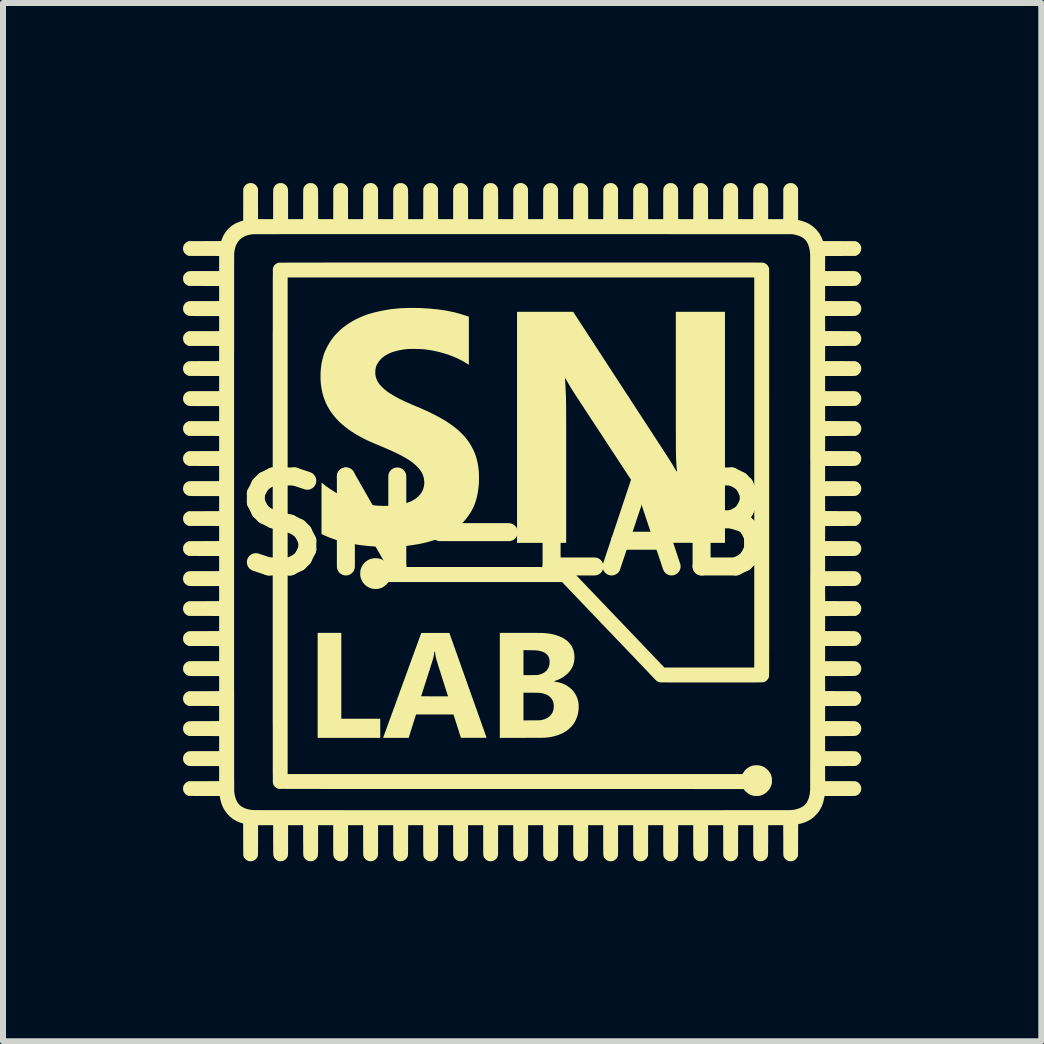
<source format=kicad_pcb>
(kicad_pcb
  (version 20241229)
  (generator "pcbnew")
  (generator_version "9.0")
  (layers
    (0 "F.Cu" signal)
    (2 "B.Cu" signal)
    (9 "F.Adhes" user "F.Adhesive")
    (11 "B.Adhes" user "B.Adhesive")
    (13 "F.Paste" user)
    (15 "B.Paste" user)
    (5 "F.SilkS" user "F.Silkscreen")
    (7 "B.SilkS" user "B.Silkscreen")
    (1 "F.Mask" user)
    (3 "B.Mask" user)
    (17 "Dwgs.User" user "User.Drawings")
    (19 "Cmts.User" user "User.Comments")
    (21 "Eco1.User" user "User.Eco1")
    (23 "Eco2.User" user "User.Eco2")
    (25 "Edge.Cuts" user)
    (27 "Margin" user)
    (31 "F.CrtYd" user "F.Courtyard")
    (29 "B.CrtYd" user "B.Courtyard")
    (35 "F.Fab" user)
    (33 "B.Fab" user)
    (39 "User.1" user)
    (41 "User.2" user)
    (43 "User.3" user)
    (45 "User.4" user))
  (footprint "SN-LAB"
    (layer "F.Cu")
    (at 5.357 5.712)
    (property "Reference" "SN-LAB" (at 0 0 0) (layer "F.SilkS") (effects (font (size 1.5 1.5) (thickness 0.3))))
    (attr board_only exclude_from_pos_files exclude_from_bom)
    (fp_poly (pts (xy -2.719 2.5) (xy -2.719 3.216) (xy -2.394 3.216) (xy -2.07 3.216) (xy -2.07 3.375) (xy -2.07 3.535) (xy -2.591 3.535) (xy -3.113 3.535) (xy -3.113 2.66) (xy -3.113 1.785) (xy -2.916 1.785) (xy -2.719 1.785)) (stroke (width 0) (type solid)) (fill yes) (layer "F.SilkS"))
    (fp_poly (pts (xy -0.608 2.66) (xy -0.297 3.534) (xy -0.511 3.534) (xy -0.539 3.534) (xy -0.566 3.534) (xy -0.591 3.534) (xy -0.615 3.534) (xy -0.638 3.534) (xy -0.658 3.534) (xy -0.676 3.534) (xy -0.692 3.534) (xy -0.705 3.534) (xy -0.715 3.534) (xy -0.721 3.534) (xy -0.725 3.534) (xy -0.725 3.534) (xy -0.726 3.532) (xy -0.727 3.527) (xy -0.73 3.519) (xy -0.734 3.508) (xy -0.738 3.495) (xy -0.743 3.479) (xy -0.749 3.462) (xy -0.755 3.443) (xy -0.761 3.422) (xy -0.768 3.401) (xy -0.775 3.378) (xy -0.782 3.356) (xy -0.79 3.333) (xy -0.797 3.31) (xy -0.804 3.287) (xy -0.811 3.265) (xy -0.818 3.244) (xy -0.824 3.224) (xy -0.83 3.206) (xy -0.836 3.189) (xy -0.84 3.174) (xy -0.842 3.168) (xy -0.85 3.145) (xy -1.161 3.145) (xy -1.473 3.145) (xy -1.535 3.34) (xy -1.596 3.535) (xy -1.809 3.535) (xy -2.022 3.535) (xy -2.021 3.53) (xy -2.02 3.528) (xy -2.018 3.523) (xy -2.015 3.514) (xy -2.011 3.502) (xy -2.005 3.487) (xy -1.999 3.469) (xy -1.991 3.448) (xy -1.982 3.425) (xy -1.973 3.398) (xy -1.962 3.369) (xy -1.951 3.338) (xy -1.939 3.304) (xy -1.926 3.268) (xy -1.912 3.23) (xy -1.897 3.19) (xy -1.882 3.148) (xy -1.866 3.104) (xy -1.849 3.058) (xy -1.832 3.011) (xy -1.814 2.963) (xy -1.796 2.913) (xy -1.778 2.861) (xy -1.77 2.841) (xy -1.389 2.841) (xy -1.387 2.841) (xy -1.382 2.842) (xy -1.373 2.842) (xy -1.362 2.842) (xy -1.347 2.842) (xy -1.33 2.842) (xy -1.311 2.842) (xy -1.289 2.842) (xy -1.266 2.842) (xy -1.24 2.843) (xy -1.214 2.843) (xy -1.186 2.843) (xy -1.165 2.843) (xy -0.94 2.843) (xy -0.945 2.826) (xy -0.949 2.816) (xy -0.953 2.802) (xy -0.958 2.786) (xy -0.964 2.768) (xy -0.971 2.748) (xy -0.978 2.725) (xy -0.985 2.701) (xy -0.994 2.676) (xy -1.002 2.649) (xy -1.011 2.621) (xy -1.02 2.593) (xy -1.029 2.564) (xy -1.039 2.534) (xy -1.048 2.505) (xy -1.057 2.476) (xy -1.066 2.447) (xy -1.075 2.419) (xy -1.084 2.392) (xy -1.092 2.366) (xy -1.1 2.342) (xy -1.107 2.319) (xy -1.113 2.297) (xy -1.119 2.278) (xy -1.125 2.261) (xy -1.129 2.247) (xy -1.133 2.235) (xy -1.135 2.227) (xy -1.137 2.221) (xy -1.137 2.22) (xy -1.142 2.198) (xy -1.147 2.174) (xy -1.151 2.149) (xy -1.154 2.126) (xy -1.155 2.118) (xy -1.156 2.109) (xy -1.157 2.103) (xy -1.158 2.099) (xy -1.159 2.097) (xy -1.161 2.096) (xy -1.163 2.096) (xy -1.165 2.096) (xy -1.166 2.097) (xy -1.167 2.099) (xy -1.168 2.103) (xy -1.169 2.11) (xy -1.17 2.117) (xy -1.172 2.134) (xy -1.175 2.153) (xy -1.179 2.173) (xy -1.183 2.193) (xy -1.188 2.212) (xy -1.19 2.218) (xy -1.191 2.222) (xy -1.193 2.229) (xy -1.196 2.239) (xy -1.2 2.252) (xy -1.205 2.267) (xy -1.21 2.285) (xy -1.217 2.305) (xy -1.224 2.326) (xy -1.231 2.35) (xy -1.239 2.375) (xy -1.247 2.401) (xy -1.256 2.428) (xy -1.265 2.456) (xy -1.274 2.484) (xy -1.283 2.513) (xy -1.292 2.542) (xy -1.302 2.571) (xy -1.311 2.6) (xy -1.32 2.628) (xy -1.329 2.655) (xy -1.337 2.681) (xy -1.345 2.706) (xy -1.353 2.73) (xy -1.36 2.752) (xy -1.366 2.772) (xy -1.372 2.79) (xy -1.377 2.805) (xy -1.381 2.819) (xy -1.385 2.829) (xy -1.387 2.836) (xy -1.388 2.84) (xy -1.389 2.841) (xy -1.77 2.841) (xy -1.758 2.809) (xy -1.739 2.755) (xy -1.719 2.701) (xy -1.703 2.656) (xy -1.386 1.786) (xy -1.152 1.786) (xy -0.918 1.786)) (stroke (width 0) (type solid)) (fill yes) (layer "F.SilkS"))
    (fp_poly (pts (xy 3.675 -1.641) (xy 3.675 0.285) (xy 3.237 0.285) (xy 2.799 0.284) (xy 2.001 -0.932) (xy 1.961 -0.994) (xy 1.92 -1.055) (xy 1.881 -1.115) (xy 1.842 -1.175) (xy 1.803 -1.234) (xy 1.765 -1.291) (xy 1.728 -1.348) (xy 1.692 -1.404) (xy 1.656 -1.458) (xy 1.622 -1.511) (xy 1.588 -1.562) (xy 1.555 -1.612) (xy 1.523 -1.661) (xy 1.493 -1.708) (xy 1.463 -1.753) (xy 1.434 -1.796) (xy 1.407 -1.838) (xy 1.381 -1.877) (xy 1.357 -1.915) (xy 1.333 -1.95) (xy 1.312 -1.984) (xy 1.291 -2.015) (xy 1.272 -2.043) (xy 1.255 -2.07) (xy 1.24 -2.094) (xy 1.226 -2.115) (xy 1.213 -2.133) (xy 1.203 -2.149) (xy 1.195 -2.162) (xy 1.188 -2.172) (xy 1.183 -2.18) (xy 1.18 -2.184) (xy 1.18 -2.184) (xy 1.161 -2.214) (xy 1.142 -2.244) (xy 1.124 -2.272) (xy 1.107 -2.3) (xy 1.091 -2.327) (xy 1.076 -2.352) (xy 1.062 -2.375) (xy 1.05 -2.397) (xy 1.039 -2.416) (xy 1.03 -2.432) (xy 1.026 -2.44) (xy 1.023 -2.447) (xy 1.02 -2.451) (xy 1.018 -2.454) (xy 1.016 -2.454) (xy 1.013 -2.454) (xy 1.009 -2.454) (xy 1.008 -2.453) (xy 1.008 -2.45) (xy 1.009 -2.445) (xy 1.009 -2.437) (xy 1.011 -2.425) (xy 1.012 -2.411) (xy 1.013 -2.394) (xy 1.014 -2.376) (xy 1.015 -2.356) (xy 1.017 -2.334) (xy 1.018 -2.312) (xy 1.019 -2.289) (xy 1.02 -2.266) (xy 1.021 -2.243) (xy 1.022 -2.221) (xy 1.023 -2.2) (xy 1.024 -2.186) (xy 1.024 -2.175) (xy 1.025 -2.164) (xy 1.025 -2.152) (xy 1.025 -2.14) (xy 1.026 -2.127) (xy 1.026 -2.113) (xy 1.026 -2.099) (xy 1.026 -2.085) (xy 1.027 -2.069) (xy 1.027 -2.052) (xy 1.027 -2.034) (xy 1.027 -2.015) (xy 1.028 -1.995) (xy 1.028 -1.974) (xy 1.028 -1.951) (xy 1.028 -1.926) (xy 1.028 -1.9) (xy 1.028 -1.872) (xy 1.028 -1.842) (xy 1.029 -1.81) (xy 1.029 -1.776) (xy 1.029 -1.74) (xy 1.029 -1.702) (xy 1.029 -1.661) (xy 1.029 -1.618) (xy 1.029 -1.572) (xy 1.029 -1.524) (xy 1.029 -1.473) (xy 1.029 -1.419) (xy 1.029 -1.363) (xy 1.029 -1.303) (xy 1.029 -1.24) (xy 1.029 -1.174) (xy 1.029 -1.105) (xy 1.029 -1.032) (xy 1.029 -0.956) (xy 1.029 -0.876) (xy 1.029 -0.821) (xy 1.029 0.285) (xy 0.62 0.285) (xy 0.21 0.285) (xy 0.21 -1.641) (xy 0.21 -3.566) (xy 0.677 -3.566) (xy 1.145 -3.566) (xy 1.874 -2.447) (xy 1.913 -2.387) (xy 1.952 -2.328) (xy 1.99 -2.269) (xy 2.027 -2.211) (xy 2.065 -2.155) (xy 2.101 -2.099) (xy 2.137 -2.043) (xy 2.172 -1.99) (xy 2.206 -1.937) (xy 2.24 -1.885) (xy 2.273 -1.835) (xy 2.304 -1.787) (xy 2.335 -1.739) (xy 2.365 -1.694) (xy 2.393 -1.65) (xy 2.421 -1.608) (xy 2.447 -1.568) (xy 2.472 -1.529) (xy 2.495 -1.493) (xy 2.518 -1.459) (xy 2.538 -1.427) (xy 2.558 -1.398) (xy 2.575 -1.37) (xy 2.592 -1.346) (xy 2.606 -1.324) (xy 2.619 -1.304) (xy 2.63 -1.287) (xy 2.639 -1.273) (xy 2.646 -1.262) (xy 2.651 -1.254) (xy 2.654 -1.25) (xy 2.681 -1.208) (xy 2.708 -1.167) (xy 2.734 -1.126) (xy 2.758 -1.088) (xy 2.781 -1.051) (xy 2.802 -1.016) (xy 2.822 -0.983) (xy 2.84 -0.952) (xy 2.856 -0.925) (xy 2.858 -0.922) (xy 2.862 -0.915) (xy 2.865 -0.911) (xy 2.867 -0.909) (xy 2.87 -0.908) (xy 2.872 -0.908) (xy 2.878 -0.908) (xy 2.876 -0.917) (xy 2.873 -0.938) (xy 2.871 -0.961) (xy 2.868 -0.988) (xy 2.866 -1.019) (xy 2.864 -1.052) (xy 2.862 -1.089) (xy 2.86 -1.128) (xy 2.859 -1.169) (xy 2.858 -1.213) (xy 2.858 -1.227) (xy 2.858 -1.234) (xy 2.857 -1.245) (xy 2.857 -1.259) (xy 2.857 -1.277) (xy 2.857 -1.298) (xy 2.857 -1.322) (xy 2.857 -1.349) (xy 2.857 -1.379) (xy 2.857 -1.412) (xy 2.857 -1.448) (xy 2.857 -1.487) (xy 2.857 -1.528) (xy 2.856 -1.572) (xy 2.856 -1.617) (xy 2.856 -1.666) (xy 2.856 -1.716) (xy 2.856 -1.768) (xy 2.856 -1.822) (xy 2.856 -1.878) (xy 2.856 -1.936) (xy 2.856 -1.995) (xy 2.856 -2.056) (xy 2.856 -2.118) (xy 2.856 -2.181) (xy 2.856 -2.245) (xy 2.856 -2.311) (xy 2.856 -2.377) (xy 2.856 -2.44) (xy 2.856 -3.566) (xy 3.265 -3.566) (xy 3.675 -3.566)) (stroke (width 0) (type solid)) (fill yes) (layer "F.SilkS"))
    (fp_poly (pts (xy 0.315 1.785) (xy 0.355 1.785) (xy 0.392 1.785) (xy 0.425 1.785) (xy 0.456 1.785) (xy 0.484 1.785) (xy 0.509 1.785) (xy 0.531 1.785) (xy 0.552 1.786) (xy 0.57 1.786) (xy 0.586 1.786) (xy 0.601 1.786) (xy 0.614 1.786) (xy 0.626 1.787) (xy 0.636 1.787) (xy 0.646 1.787) (xy 0.655 1.788) (xy 0.663 1.788) (xy 0.671 1.789) (xy 0.679 1.79) (xy 0.686 1.79) (xy 0.694 1.791) (xy 0.702 1.792) (xy 0.708 1.793) (xy 0.748 1.798) (xy 0.789 1.805) (xy 0.828 1.814) (xy 0.865 1.825) (xy 0.9 1.837) (xy 0.916 1.843) (xy 0.954 1.86) (xy 0.989 1.879) (xy 1.021 1.9) (xy 1.05 1.923) (xy 1.076 1.948) (xy 1.098 1.975) (xy 1.118 2.004) (xy 1.134 2.034) (xy 1.144 2.059) (xy 1.155 2.092) (xy 1.162 2.126) (xy 1.166 2.162) (xy 1.167 2.198) (xy 1.165 2.234) (xy 1.16 2.269) (xy 1.16 2.27) (xy 1.151 2.305) (xy 1.139 2.338) (xy 1.124 2.37) (xy 1.105 2.4) (xy 1.083 2.43) (xy 1.057 2.458) (xy 1.05 2.465) (xy 1.018 2.493) (xy 0.985 2.517) (xy 0.95 2.539) (xy 0.913 2.558) (xy 0.873 2.575) (xy 0.846 2.584) (xy 0.837 2.587) (xy 0.831 2.59) (xy 0.827 2.592) (xy 0.827 2.593) (xy 0.827 2.594) (xy 0.828 2.594) (xy 0.829 2.595) (xy 0.832 2.596) (xy 0.838 2.597) (xy 0.845 2.598) (xy 0.856 2.6) (xy 0.86 2.601) (xy 0.901 2.609) (xy 0.941 2.62) (xy 0.979 2.634) (xy 1.016 2.651) (xy 1.05 2.671) (xy 1.081 2.693) (xy 1.087 2.697) (xy 1.097 2.706) (xy 1.108 2.717) (xy 1.121 2.728) (xy 1.132 2.74) (xy 1.143 2.752) (xy 1.151 2.761) (xy 1.173 2.792) (xy 1.192 2.824) (xy 1.208 2.858) (xy 1.22 2.893) (xy 1.23 2.931) (xy 1.233 2.95) (xy 1.235 2.964) (xy 1.236 2.98) (xy 1.236 2.998) (xy 1.237 3.017) (xy 1.236 3.036) (xy 1.236 3.054) (xy 1.235 3.071) (xy 1.233 3.085) (xy 1.226 3.129) (xy 1.215 3.171) (xy 1.201 3.21) (xy 1.184 3.248) (xy 1.164 3.283) (xy 1.141 3.317) (xy 1.115 3.348) (xy 1.085 3.377) (xy 1.083 3.379) (xy 1.049 3.407) (xy 1.013 3.432) (xy 0.975 3.454) (xy 0.933 3.473) (xy 0.89 3.49) (xy 0.843 3.504) (xy 0.794 3.516) (xy 0.743 3.525) (xy 0.689 3.531) (xy 0.664 3.533) (xy 0.658 3.533) (xy 0.648 3.533) (xy 0.635 3.533) (xy 0.618 3.534) (xy 0.598 3.534) (xy 0.575 3.534) (xy 0.549 3.534) (xy 0.519 3.534) (xy 0.487 3.534) (xy 0.452 3.534) (xy 0.414 3.534) (xy 0.373 3.534) (xy 0.33 3.535) (xy 0.284 3.535) (xy 0.278 3.535) (xy -0.077 3.535) (xy -0.077 2.782) (xy 0.317 2.782) (xy 0.317 3.013) (xy 0.317 3.244) (xy 0.453 3.243) (xy 0.479 3.243) (xy 0.502 3.243) (xy 0.521 3.243) (xy 0.538 3.243) (xy 0.552 3.243) (xy 0.563 3.242) (xy 0.573 3.242) (xy 0.581 3.242) (xy 0.588 3.242) (xy 0.594 3.241) (xy 0.598 3.241) (xy 0.603 3.24) (xy 0.607 3.239) (xy 0.611 3.239) (xy 0.611 3.239) (xy 0.645 3.231) (xy 0.676 3.221) (xy 0.703 3.208) (xy 0.729 3.194) (xy 0.751 3.177) (xy 0.76 3.168) (xy 0.773 3.154) (xy 0.784 3.14) (xy 0.793 3.125) (xy 0.801 3.111) (xy 0.81 3.087) (xy 0.817 3.062) (xy 0.821 3.035) (xy 0.823 3.008) (xy 0.821 2.986) (xy 0.818 2.961) (xy 0.813 2.938) (xy 0.805 2.918) (xy 0.795 2.899) (xy 0.783 2.88) (xy 0.782 2.879) (xy 0.765 2.859) (xy 0.745 2.841) (xy 0.723 2.826) (xy 0.698 2.813) (xy 0.67 2.802) (xy 0.639 2.794) (xy 0.611 2.788) (xy 0.607 2.787) (xy 0.603 2.786) (xy 0.598 2.786) (xy 0.593 2.785) (xy 0.586 2.785) (xy 0.579 2.785) (xy 0.57 2.784) (xy 0.559 2.784) (xy 0.547 2.784) (xy 0.531 2.784) (xy 0.514 2.784) (xy 0.493 2.783) (xy 0.468 2.783) (xy 0.453 2.783) (xy 0.317 2.782) (xy -0.077 2.782) (xy -0.077 2.66) (xy -0.077 2.073) (xy 0.317 2.073) (xy 0.317 2.282) (xy 0.317 2.49) (xy 0.43 2.49) (xy 0.454 2.489) (xy 0.474 2.489) (xy 0.491 2.489) (xy 0.505 2.489) (xy 0.517 2.489) (xy 0.527 2.488) (xy 0.535 2.488) (xy 0.542 2.488) (xy 0.547 2.487) (xy 0.552 2.487) (xy 0.556 2.486) (xy 0.561 2.485) (xy 0.562 2.485) (xy 0.594 2.477) (xy 0.623 2.467) (xy 0.65 2.454) (xy 0.673 2.439) (xy 0.693 2.422) (xy 0.711 2.402) (xy 0.725 2.38) (xy 0.737 2.356) (xy 0.746 2.329) (xy 0.746 2.328) (xy 0.748 2.32) (xy 0.75 2.31) (xy 0.751 2.299) (xy 0.752 2.291) (xy 0.753 2.262) (xy 0.751 2.235) (xy 0.746 2.211) (xy 0.737 2.188) (xy 0.725 2.167) (xy 0.711 2.148) (xy 0.693 2.132) (xy 0.672 2.117) (xy 0.647 2.105) (xy 0.645 2.104) (xy 0.636 2.1) (xy 0.625 2.096) (xy 0.612 2.093) (xy 0.599 2.089) (xy 0.586 2.086) (xy 0.576 2.083) (xy 0.572 2.082) (xy 0.563 2.081) (xy 0.554 2.08) (xy 0.544 2.079) (xy 0.535 2.078) (xy 0.524 2.077) (xy 0.511 2.076) (xy 0.497 2.076) (xy 0.481 2.075) (xy 0.462 2.075) (xy 0.44 2.075) (xy 0.419 2.074) (xy 0.317 2.073) (xy -0.077 2.073) (xy -0.077 1.785) (xy 0.271 1.785)) (stroke (width 0) (type solid)) (fill yes) (layer "F.SilkS"))
    (fp_poly (pts (xy -1.479 -3.63) (xy -1.445 -3.629) (xy -1.42 -3.629) (xy -1.339 -3.625) (xy -1.26 -3.62) (xy -1.185 -3.613) (xy -1.113 -3.606) (xy -1.043 -3.596) (xy -0.975 -3.586) (xy -0.91 -3.573) (xy -0.846 -3.56) (xy -0.784 -3.544) (xy -0.745 -3.533) (xy -0.735 -3.531) (xy -0.723 -3.527) (xy -0.708 -3.522) (xy -0.692 -3.517) (xy -0.675 -3.511) (xy -0.658 -3.506) (xy -0.641 -3.5) (xy -0.626 -3.495) (xy -0.613 -3.49) (xy -0.604 -3.487) (xy -0.593 -3.483) (xy -0.593 -3.082) (xy -0.593 -3.035) (xy -0.593 -2.991) (xy -0.593 -2.951) (xy -0.593 -2.915) (xy -0.593 -2.881) (xy -0.593 -2.851) (xy -0.593 -2.823) (xy -0.593 -2.799) (xy -0.593 -2.777) (xy -0.593 -2.758) (xy -0.593 -2.741) (xy -0.593 -2.727) (xy -0.593 -2.715) (xy -0.594 -2.705) (xy -0.594 -2.697) (xy -0.594 -2.691) (xy -0.594 -2.687) (xy -0.594 -2.684) (xy -0.595 -2.683) (xy -0.595 -2.683) (xy -0.597 -2.684) (xy -0.602 -2.687) (xy -0.608 -2.691) (xy -0.61 -2.693) (xy -0.666 -2.728) (xy -0.724 -2.76) (xy -0.785 -2.79) (xy -0.848 -2.818) (xy -0.914 -2.843) (xy -0.939 -2.852) (xy -0.977 -2.864) (xy -1.017 -2.876) (xy -1.059 -2.888) (xy -1.103 -2.899) (xy -1.146 -2.909) (xy -1.189 -2.918) (xy -1.23 -2.925) (xy -1.258 -2.93) (xy -1.284 -2.933) (xy -1.307 -2.937) (xy -1.329 -2.939) (xy -1.35 -2.941) (xy -1.37 -2.943) (xy -1.391 -2.944) (xy -1.413 -2.945) (xy -1.436 -2.946) (xy -1.462 -2.946) (xy -1.49 -2.947) (xy -1.509 -2.947) (xy -1.532 -2.947) (xy -1.552 -2.947) (xy -1.57 -2.946) (xy -1.585 -2.946) (xy -1.598 -2.946) (xy -1.611 -2.945) (xy -1.622 -2.944) (xy -1.633 -2.943) (xy -1.644 -2.942) (xy -1.656 -2.941) (xy -1.669 -2.939) (xy -1.684 -2.937) (xy -1.687 -2.936) (xy -1.715 -2.932) (xy -1.744 -2.926) (xy -1.775 -2.919) (xy -1.804 -2.912) (xy -1.833 -2.904) (xy -1.858 -2.897) (xy -1.887 -2.886) (xy -1.916 -2.874) (xy -1.945 -2.86) (xy -1.973 -2.844) (xy -1.999 -2.828) (xy -2.022 -2.811) (xy -2.025 -2.809) (xy -2.049 -2.788) (xy -2.071 -2.765) (xy -2.092 -2.739) (xy -2.11 -2.713) (xy -2.124 -2.688) (xy -2.134 -2.667) (xy -2.141 -2.646) (xy -2.146 -2.625) (xy -2.15 -2.602) (xy -2.152 -2.576) (xy -2.152 -2.57) (xy -2.152 -2.536) (xy -2.149 -2.505) (xy -2.142 -2.474) (xy -2.133 -2.446) (xy -2.12 -2.417) (xy -2.104 -2.389) (xy -2.087 -2.364) (xy -2.078 -2.353) (xy -2.067 -2.341) (xy -2.054 -2.327) (xy -2.04 -2.312) (xy -2.025 -2.297) (xy -2.011 -2.283) (xy -1.996 -2.271) (xy -1.983 -2.259) (xy -1.981 -2.258) (xy -1.956 -2.239) (xy -1.928 -2.219) (xy -1.897 -2.199) (xy -1.864 -2.179) (xy -1.828 -2.158) (xy -1.791 -2.137) (xy -1.752 -2.117) (xy -1.711 -2.097) (xy -1.671 -2.078) (xy -1.661 -2.073) (xy -1.641 -2.064) (xy -1.622 -2.056) (xy -1.604 -2.048) (xy -1.588 -2.04) (xy -1.571 -2.033) (xy -1.554 -2.025) (xy -1.537 -2.018) (xy -1.518 -2.01) (xy -1.499 -2.001) (xy -1.477 -1.992) (xy -1.452 -1.982) (xy -1.425 -1.971) (xy -1.414 -1.966) (xy -1.378 -1.951) (xy -1.346 -1.936) (xy -1.315 -1.922) (xy -1.284 -1.909) (xy -1.254 -1.894) (xy -1.223 -1.879) (xy -1.19 -1.862) (xy -1.175 -1.855) (xy -1.118 -1.825) (xy -1.066 -1.797) (xy -1.016 -1.768) (xy -0.969 -1.74) (xy -0.926 -1.711) (xy -0.884 -1.682) (xy -0.845 -1.653) (xy -0.808 -1.624) (xy -0.772 -1.594) (xy -0.741 -1.565) (xy -0.701 -1.526) (xy -0.665 -1.487) (xy -0.632 -1.448) (xy -0.602 -1.407) (xy -0.574 -1.366) (xy -0.549 -1.322) (xy -0.525 -1.276) (xy -0.523 -1.272) (xy -0.504 -1.232) (xy -0.488 -1.192) (xy -0.474 -1.151) (xy -0.462 -1.11) (xy -0.451 -1.066) (xy -0.442 -1.021) (xy -0.435 -0.974) (xy -0.429 -0.923) (xy -0.428 -0.911) (xy -0.427 -0.898) (xy -0.426 -0.881) (xy -0.426 -0.862) (xy -0.425 -0.841) (xy -0.425 -0.819) (xy -0.425 -0.796) (xy -0.425 -0.773) (xy -0.425 -0.752) (xy -0.425 -0.731) (xy -0.426 -0.713) (xy -0.427 -0.697) (xy -0.427 -0.692) (xy -0.433 -0.634) (xy -0.44 -0.579) (xy -0.449 -0.527) (xy -0.46 -0.476) (xy -0.473 -0.428) (xy -0.488 -0.382) (xy -0.5 -0.35) (xy -0.52 -0.303) (xy -0.544 -0.256) (xy -0.572 -0.21) (xy -0.602 -0.165) (xy -0.635 -0.121) (xy -0.671 -0.078) (xy -0.71 -0.037) (xy -0.751 0.002) (xy -0.793 0.038) (xy -0.838 0.073) (xy -0.851 0.082) (xy -0.875 0.098) (xy -0.902 0.115) (xy -0.932 0.132) (xy -0.963 0.149) (xy -0.995 0.166) (xy -1.028 0.182) (xy -1.06 0.196) (xy -1.092 0.21) (xy -1.122 0.222) (xy -1.123 0.222) (xy -1.198 0.248) (xy -1.273 0.27) (xy -1.349 0.289) (xy -1.416 0.303) (xy -1.456 0.31) (xy -1.494 0.316) (xy -1.529 0.322) (xy -1.563 0.326) (xy -1.596 0.331) (xy -1.628 0.335) (xy -1.661 0.338) (xy -1.696 0.341) (xy -1.732 0.344) (xy -1.734 0.344) (xy -1.778 0.347) (xy -1.826 0.349) (xy -1.875 0.351) (xy -1.924 0.352) (xy -1.973 0.352) (xy -2.02 0.351) (xy -2.041 0.351) (xy -2.114 0.348) (xy -2.185 0.344) (xy -2.254 0.339) (xy -2.321 0.332) (xy -2.388 0.324) (xy -2.447 0.316) (xy -2.524 0.303) (xy -2.599 0.289) (xy -2.67 0.273) (xy -2.738 0.256) (xy -2.804 0.236) (xy -2.867 0.215) (xy -2.928 0.192) (xy -2.987 0.167) (xy -3.02 0.152) (xy -3.049 0.138) (xy -3.049 -0.291) (xy -3.049 -0.339) (xy -3.049 -0.382) (xy -3.049 -0.423) (xy -3.049 -0.46) (xy -3.049 -0.493) (xy -3.049 -0.524) (xy -3.049 -0.552) (xy -3.049 -0.577) (xy -3.049 -0.599) (xy -3.049 -0.619) (xy -3.049 -0.637) (xy -3.048 -0.652) (xy -3.048 -0.666) (xy -3.048 -0.677) (xy -3.048 -0.687) (xy -3.048 -0.695) (xy -3.048 -0.702) (xy -3.048 -0.707) (xy -3.047 -0.711) (xy -3.047 -0.714) (xy -3.047 -0.716) (xy -3.047 -0.717) (xy -3.046 -0.718) (xy -3.046 -0.718) (xy -3.046 -0.718) (xy -3.036 -0.71) (xy -3.024 -0.7) (xy -3.01 -0.689) (xy -2.995 -0.677) (xy -2.979 -0.665) (xy -2.963 -0.653) (xy -2.948 -0.642) (xy -2.938 -0.635) (xy -2.873 -0.591) (xy -2.806 -0.55) (xy -2.739 -0.513) (xy -2.671 -0.479) (xy -2.601 -0.449) (xy -2.531 -0.422) (xy -2.458 -0.399) (xy -2.388 -0.38) (xy -2.33 -0.366) (xy -2.273 -0.355) (xy -2.218 -0.346) (xy -2.162 -0.339) (xy -2.106 -0.334) (xy -2.048 -0.332) (xy -2.009 -0.331) (xy -1.949 -0.331) (xy -1.893 -0.333) (xy -1.839 -0.337) (xy -1.787 -0.343) (xy -1.738 -0.351) (xy -1.691 -0.362) (xy -1.646 -0.375) (xy -1.602 -0.39) (xy -1.568 -0.403) (xy -1.546 -0.413) (xy -1.525 -0.424) (xy -1.505 -0.436) (xy -1.487 -0.447) (xy -1.476 -0.454) (xy -1.466 -0.463) (xy -1.454 -0.473) (xy -1.441 -0.485) (xy -1.429 -0.497) (xy -1.417 -0.509) (xy -1.406 -0.521) (xy -1.397 -0.532) (xy -1.393 -0.538) (xy -1.375 -0.565) (xy -1.361 -0.595) (xy -1.35 -0.626) (xy -1.342 -0.657) (xy -1.337 -0.69) (xy -1.336 -0.723) (xy -1.338 -0.756) (xy -1.343 -0.789) (xy -1.351 -0.821) (xy -1.362 -0.853) (xy -1.377 -0.883) (xy -1.391 -0.907) (xy -1.409 -0.931) (xy -1.429 -0.957) (xy -1.453 -0.983) (xy -1.479 -1.008) (xy -1.506 -1.032) (xy -1.535 -1.056) (xy -1.559 -1.074) (xy -1.579 -1.088) (xy -1.603 -1.103) (xy -1.628 -1.118) (xy -1.655 -1.134) (xy -1.683 -1.15) (xy -1.712 -1.166) (xy -1.741 -1.181) (xy -1.743 -1.182) (xy -1.764 -1.193) (xy -1.787 -1.204) (xy -1.814 -1.217) (xy -1.843 -1.23) (xy -1.874 -1.245) (xy -1.906 -1.259) (xy -1.94 -1.274) (xy -1.974 -1.289) (xy -2.009 -1.304) (xy -2.044 -1.319) (xy -2.079 -1.334) (xy -2.113 -1.348) (xy -2.126 -1.354) (xy -2.146 -1.362) (xy -2.166 -1.37) (xy -2.186 -1.379) (xy -2.204 -1.387) (xy -2.22 -1.394) (xy -2.234 -1.4) (xy -2.235 -1.4) (xy -2.241 -1.403) (xy -2.25 -1.407) (xy -2.259 -1.411) (xy -2.264 -1.413) (xy -2.283 -1.422) (xy -2.305 -1.432) (xy -2.328 -1.444) (xy -2.353 -1.457) (xy -2.378 -1.47) (xy -2.404 -1.484) (xy -2.429 -1.498) (xy -2.453 -1.511) (xy -2.475 -1.524) (xy -2.495 -1.536) (xy -2.5 -1.539) (xy -2.558 -1.577) (xy -2.613 -1.616) (xy -2.665 -1.656) (xy -2.715 -1.699) (xy -2.761 -1.742) (xy -2.804 -1.787) (xy -2.843 -1.833) (xy -2.88 -1.88) (xy -2.883 -1.884) (xy -2.916 -1.934) (xy -2.946 -1.985) (xy -2.972 -2.038) (xy -2.995 -2.092) (xy -3.015 -2.149) (xy -3.032 -2.207) (xy -3.045 -2.266) (xy -3.055 -2.327) (xy -3.062 -2.39) (xy -3.065 -2.455) (xy -3.065 -2.52) (xy -3.064 -2.554) (xy -3.06 -2.614) (xy -3.053 -2.671) (xy -3.044 -2.726) (xy -3.032 -2.778) (xy -3.018 -2.829) (xy -3.002 -2.878) (xy -2.982 -2.925) (xy -2.96 -2.972) (xy -2.937 -3.014) (xy -2.908 -3.063) (xy -2.876 -3.109) (xy -2.843 -3.153) (xy -2.806 -3.195) (xy -2.775 -3.227) (xy -2.733 -3.267) (xy -2.687 -3.306) (xy -2.638 -3.342) (xy -2.586 -3.377) (xy -2.532 -3.41) (xy -2.475 -3.441) (xy -2.416 -3.469) (xy -2.354 -3.495) (xy -2.305 -3.514) (xy -2.266 -3.527) (xy -2.222 -3.54) (xy -2.176 -3.553) (xy -2.127 -3.565) (xy -2.075 -3.576) (xy -2.02 -3.587) (xy -1.964 -3.598) (xy -1.906 -3.607) (xy -1.901 -3.608) (xy -1.895 -3.609) (xy -1.886 -3.61) (xy -1.875 -3.611) (xy -1.861 -3.613) (xy -1.847 -3.614) (xy -1.832 -3.616) (xy -1.817 -3.617) (xy -1.803 -3.619) (xy -1.79 -3.62) (xy -1.783 -3.621) (xy -1.756 -3.623) (xy -1.727 -3.625) (xy -1.694 -3.626) (xy -1.66 -3.628) (xy -1.624 -3.629) (xy -1.587 -3.63) (xy -1.551 -3.63) (xy -1.514 -3.63)) (stroke (width 0) (type solid)) (fill yes) (layer "F.SilkS"))
    (fp_poly (pts (xy 2.054 -4.387) (xy 2.18 -4.387) (xy 2.303 -4.387) (xy 2.422 -4.387) (xy 2.537 -4.387) (xy 2.649 -4.387) (xy 2.757 -4.387) (xy 2.862 -4.387) (xy 2.963 -4.387) (xy 3.06 -4.387) (xy 3.153 -4.387) (xy 3.243 -4.387) (xy 3.33 -4.387) (xy 3.412 -4.387) (xy 3.491 -4.387) (xy 3.566 -4.387) (xy 3.638 -4.387) (xy 3.706 -4.387) (xy 3.77 -4.387) (xy 3.831 -4.387) (xy 3.888 -4.387) (xy 3.941 -4.387) (xy 3.99 -4.387) (xy 4.036 -4.387) (xy 4.078 -4.387) (xy 4.116 -4.387) (xy 4.151 -4.387) (xy 4.182 -4.387) (xy 4.209 -4.386) (xy 4.233 -4.386) (xy 4.253 -4.386) (xy 4.269 -4.386) (xy 4.281 -4.386) (xy 4.289 -4.386) (xy 4.294 -4.386) (xy 4.295 -4.386) (xy 4.314 -4.383) (xy 4.331 -4.379) (xy 4.346 -4.372) (xy 4.356 -4.366) (xy 4.373 -4.352) (xy 4.387 -4.336) (xy 4.399 -4.318) (xy 4.406 -4.301) (xy 4.411 -4.286) (xy 4.412 -0.894) (xy 4.412 -0.757) (xy 4.412 -0.624) (xy 4.412 -0.494) (xy 4.412 -0.368) (xy 4.412 -0.245) (xy 4.412 -0.126) (xy 4.412 -0.01) (xy 4.412 0.102) (xy 4.412 0.211) (xy 4.412 0.316) (xy 4.412 0.419) (xy 4.412 0.518) (xy 4.412 0.614) (xy 4.412 0.707) (xy 4.412 0.797) (xy 4.412 0.884) (xy 4.412 0.968) (xy 4.412 1.049) (xy 4.412 1.127) (xy 4.412 1.202) (xy 4.412 1.275) (xy 4.412 1.345) (xy 4.412 1.412) (xy 4.412 1.477) (xy 4.412 1.539) (xy 4.412 1.599) (xy 4.412 1.656) (xy 4.412 1.711) (xy 4.412 1.763) (xy 4.412 1.814) (xy 4.412 1.861) (xy 4.412 1.907) (xy 4.412 1.951) (xy 4.412 1.992) (xy 4.412 2.032) (xy 4.412 2.069) (xy 4.411 2.105) (xy 4.411 2.138) (xy 4.411 2.17) (xy 4.411 2.2) (xy 4.411 2.228) (xy 4.411 2.255) (xy 4.411 2.279) (xy 4.411 2.303) (xy 4.411 2.324) (xy 4.411 2.345) (xy 4.411 2.363) (xy 4.411 2.381) (xy 4.411 2.397) (xy 4.411 2.412) (xy 4.411 2.425) (xy 4.411 2.437) (xy 4.411 2.448) (xy 4.41 2.458) (xy 4.41 2.467) (xy 4.41 2.475) (xy 4.41 2.483) (xy 4.41 2.489) (xy 4.41 2.494) (xy 4.41 2.499) (xy 4.41 2.502) (xy 4.41 2.505) (xy 4.41 2.508) (xy 4.409 2.51) (xy 4.409 2.511) (xy 4.409 2.512) (xy 4.407 2.522) (xy 4.402 2.534) (xy 4.399 2.543) (xy 4.389 2.558) (xy 4.377 2.572) (xy 4.363 2.585) (xy 4.348 2.596) (xy 4.343 2.599) (xy 4.341 2.6) (xy 4.339 2.601) (xy 4.337 2.602) (xy 4.336 2.602) (xy 4.335 2.603) (xy 4.333 2.604) (xy 4.332 2.605) (xy 4.33 2.606) (xy 4.327 2.606) (xy 4.324 2.607) (xy 4.321 2.607) (xy 4.317 2.608) (xy 4.311 2.608) (xy 4.305 2.609) (xy 4.298 2.609) (xy 4.29 2.61) (xy 4.281 2.61) (xy 4.27 2.61) (xy 4.258 2.61) (xy 4.245 2.611) (xy 4.229 2.611) (xy 4.212 2.611) (xy 4.193 2.611) (xy 4.173 2.611) (xy 4.15 2.612) (xy 4.125 2.612) (xy 4.097 2.612) (xy 4.068 2.612) (xy 4.036 2.612) (xy 4.001 2.612) (xy 3.964 2.612) (xy 3.924 2.612) (xy 3.881 2.612) (xy 3.835 2.612) (xy 3.786 2.612) (xy 3.733 2.612) (xy 3.678 2.612) (xy 3.619 2.612) (xy 3.557 2.612) (xy 3.491 2.612) (xy 3.45 2.612) (xy 3.382 2.612) (xy 3.318 2.612) (xy 3.257 2.612) (xy 3.2 2.612) (xy 3.147 2.612) (xy 3.096 2.612) (xy 3.049 2.612) (xy 3.005 2.612) (xy 2.963 2.612) (xy 2.925 2.612) (xy 2.889 2.612) (xy 2.856 2.612) (xy 2.825 2.612) (xy 2.797 2.612) (xy 2.771 2.612) (xy 2.748 2.612) (xy 2.726 2.612) (xy 2.706 2.611) (xy 2.689 2.611) (xy 2.673 2.611) (xy 2.659 2.611) (xy 2.646 2.611) (xy 2.635 2.611) (xy 2.626 2.611) (xy 2.618 2.611) (xy 2.611 2.61) (xy 2.605 2.61) (xy 2.6 2.61) (xy 2.595 2.61) (xy 2.592 2.61) (xy 2.59 2.61) (xy 2.588 2.609) (xy 2.586 2.609) (xy 2.585 2.609) (xy 2.566 2.603) (xy 2.549 2.595) (xy 2.533 2.583) (xy 2.527 2.577) (xy 2.525 2.575) (xy 2.52 2.571) (xy 2.514 2.564) (xy 2.504 2.554) (xy 2.493 2.542) (xy 2.479 2.528) (xy 2.463 2.511) (xy 2.445 2.492) (xy 2.425 2.472) (xy 2.404 2.449) (xy 2.38 2.424) (xy 2.354 2.397) (xy 2.327 2.369) (xy 2.298 2.338) (xy 2.267 2.306) (xy 2.235 2.273) (xy 2.202 2.238) (xy 2.167 2.201) (xy 2.131 2.163) (xy 2.093 2.124) (xy 2.055 2.084) (xy 2.015 2.042) (xy 1.975 2) (xy 1.933 1.956) (xy 1.891 1.912) (xy 1.847 1.867) (xy 1.803 1.821) (xy 1.759 1.774) (xy 1.738 1.753) (xy 0.96 0.938) (xy -0.486 0.938) (xy -1.933 0.938) (xy -1.944 0.953) (xy -1.958 0.969) (xy -1.974 0.985) (xy -1.992 1) (xy -2.01 1.013) (xy -2.027 1.024) (xy -2.035 1.029) (xy -2.048 1.035) (xy -2.064 1.041) (xy -2.081 1.046) (xy -2.097 1.049) (xy -2.099 1.05) (xy -2.114 1.052) (xy -2.132 1.053) (xy -2.15 1.054) (xy -2.168 1.053) (xy -2.185 1.052) (xy -2.193 1.051) (xy -2.222 1.044) (xy -2.25 1.033) (xy -2.277 1.02) (xy -2.302 1.003) (xy -2.325 0.984) (xy -2.345 0.962) (xy -2.363 0.938) (xy -2.378 0.912) (xy -2.379 0.91) (xy -2.389 0.886) (xy -2.397 0.861) (xy -2.402 0.835) (xy -2.404 0.807) (xy -2.404 0.796) (xy -2.402 0.765) (xy -2.398 0.736) (xy -2.39 0.708) (xy -2.379 0.682) (xy -2.364 0.657) (xy -2.354 0.641) (xy -2.336 0.621) (xy -2.316 0.602) (xy -2.294 0.585) (xy -2.271 0.571) (xy -2.262 0.566) (xy -2.242 0.557) (xy -2.223 0.551) (xy -2.204 0.546) (xy -2.185 0.543) (xy -2.163 0.541) (xy -2.15 0.541) (xy -2.124 0.542) (xy -2.101 0.544) (xy -2.08 0.549) (xy -2.06 0.555) (xy -2.039 0.564) (xy -2.033 0.567) (xy -2.008 0.581) (xy -1.985 0.599) (xy -1.963 0.619) (xy -1.944 0.641) (xy -1.927 0.664) (xy -1.922 0.674) (xy -1.914 0.688) (xy -0.444 0.688) (xy -0.354 0.688) (xy -0.267 0.688) (xy -0.184 0.688) (xy -0.105 0.688) (xy -0.029 0.688) (xy 0.043 0.688) (xy 0.113 0.688) (xy 0.179 0.688) (xy 0.241 0.688) (xy 0.301 0.688) (xy 0.358 0.688) (xy 0.412 0.688) (xy 0.463 0.688) (xy 0.511 0.688) (xy 0.556 0.688) (xy 0.599 0.688) (xy 0.64 0.689) (xy 0.678 0.689) (xy 0.713 0.689) (xy 0.746 0.689) (xy 0.777 0.689) (xy 0.806 0.689) (xy 0.832 0.689) (xy 0.857 0.689) (xy 0.88 0.689) (xy 0.901 0.689) (xy 0.919 0.689) (xy 0.937 0.689) (xy 0.952 0.689) (xy 0.966 0.689) (xy 0.979 0.689) (xy 0.99 0.69) (xy 1 0.69) (xy 1.008 0.69) (xy 1.016 0.69) (xy 1.022 0.69) (xy 1.027 0.69) (xy 1.031 0.69) (xy 1.035 0.691) (xy 1.037 0.691) (xy 1.039 0.691) (xy 1.04 0.691) (xy 1.048 0.693) (xy 1.057 0.697) (xy 1.067 0.7) (xy 1.069 0.702) (xy 1.076 0.705) (xy 1.082 0.709) (xy 1.089 0.714) (xy 1.096 0.721) (xy 1.104 0.728) (xy 1.106 0.731) (xy 1.111 0.736) (xy 1.118 0.743) (xy 1.128 0.754) (xy 1.14 0.766) (xy 1.154 0.781) (xy 1.17 0.798) (xy 1.189 0.817) (xy 1.209 0.839) (xy 1.232 0.862) (xy 1.256 0.888) (xy 1.282 0.915) (xy 1.31 0.944) (xy 1.339 0.974) (xy 1.37 1.007) (xy 1.402 1.041) (xy 1.436 1.076) (xy 1.472 1.113) (xy 1.508 1.151) (xy 1.546 1.191) (xy 1.584 1.231) (xy 1.624 1.273) (xy 1.665 1.315) (xy 1.707 1.359) (xy 1.749 1.404) (xy 1.793 1.449) (xy 1.836 1.495) (xy 1.881 1.542) (xy 1.894 1.555) (xy 2.665 2.363) (xy 3.414 2.363) (xy 4.163 2.363) (xy 4.163 -0.888) (xy 4.163 -4.138) (xy 0.275 -4.138) (xy -3.613 -4.138) (xy -3.613 0) (xy -3.613 4.138) (xy 0.177 4.138) (xy 3.967 4.138) (xy 3.976 4.122) (xy 3.993 4.097) (xy 4.012 4.073) (xy 4.033 4.053) (xy 4.057 4.034) (xy 4.082 4.019) (xy 4.108 4.007) (xy 4.136 3.998) (xy 4.143 3.997) (xy 4.173 3.992) (xy 4.204 3.991) (xy 4.234 3.993) (xy 4.263 3.998) (xy 4.292 4.006) (xy 4.319 4.018) (xy 4.328 4.023) (xy 4.349 4.036) (xy 4.369 4.052) (xy 4.388 4.071) (xy 4.406 4.091) (xy 4.422 4.113) (xy 4.43 4.127) (xy 4.438 4.142) (xy 4.445 4.16) (xy 4.451 4.179) (xy 4.453 4.187) (xy 4.455 4.194) (xy 4.456 4.2) (xy 4.457 4.206) (xy 4.457 4.213) (xy 4.458 4.221) (xy 4.458 4.232) (xy 4.458 4.245) (xy 4.458 4.245) (xy 4.458 4.26) (xy 4.458 4.272) (xy 4.457 4.282) (xy 4.456 4.29) (xy 4.455 4.297) (xy 4.455 4.299) (xy 4.447 4.328) (xy 4.435 4.356) (xy 4.421 4.382) (xy 4.414 4.392) (xy 4.407 4.401) (xy 4.397 4.412) (xy 4.386 4.424) (xy 4.374 4.436) (xy 4.362 4.447) (xy 4.351 4.456) (xy 4.342 4.462) (xy 4.325 4.473) (xy 4.305 4.483) (xy 4.284 4.491) (xy 4.266 4.497) (xy 4.258 4.499) (xy 4.251 4.5) (xy 4.245 4.502) (xy 4.238 4.502) (xy 4.23 4.503) (xy 4.219 4.503) (xy 4.208 4.503) (xy 4.196 4.503) (xy 4.185 4.503) (xy 4.177 4.503) (xy 4.17 4.503) (xy 4.167 4.503) (xy 4.166 4.503) (xy 4.146 4.499) (xy 4.127 4.494) (xy 4.108 4.487) (xy 4.093 4.481) (xy 4.088 4.479) (xy 4.073 4.47) (xy 4.057 4.459) (xy 4.04 4.446) (xy 4.024 4.432) (xy 4.01 4.418) (xy 3.998 4.404) (xy 3.996 4.401) (xy 3.986 4.388) (xy 0.114 4.387) (xy -0.032 4.387) (xy -0.174 4.387) (xy -0.313 4.387) (xy -0.448 4.387) (xy -0.579 4.387) (xy -0.707 4.387) (xy -0.832 4.387) (xy -0.953 4.387) (xy -1.07 4.387) (xy -1.185 4.387) (xy -1.296 4.387) (xy -1.403 4.387) (xy -1.508 4.387) (xy -1.61 4.387) (xy -1.708 4.387) (xy -1.803 4.387) (xy -1.896 4.387) (xy -1.985 4.387) (xy -2.072 4.387) (xy -2.155 4.387) (xy -2.236 4.387) (xy -2.314 4.387) (xy -2.39 4.387) (xy -2.463 4.387) (xy -2.533 4.387) (xy -2.601 4.387) (xy -2.666 4.387) (xy -2.728 4.387) (xy -2.789 4.387) (xy -2.846 4.387) (xy -2.902 4.387) (xy -2.955 4.387) (xy -3.006 4.387) (xy -3.055 4.387) (xy -3.102 4.386) (xy -3.147 4.386) (xy -3.189 4.386) (xy -3.23 4.386) (xy -3.268 4.386) (xy -3.305 4.386) (xy -3.34 4.386) (xy -3.373 4.386) (xy -3.405 4.386) (xy -3.434 4.386) (xy -3.462 4.386) (xy -3.489 4.386) (xy -3.514 4.386) (xy -3.537 4.386) (xy -3.559 4.386) (xy -3.579 4.386) (xy -3.599 4.386) (xy -3.616 4.386) (xy -3.633 4.386) (xy -3.648 4.385) (xy -3.662 4.385) (xy -3.675 4.385) (xy -3.687 4.385) (xy -3.698 4.385) (xy -3.708 4.385) (xy -3.717 4.385) (xy -3.725 4.385) (xy -3.732 4.385) (xy -3.738 4.385) (xy -3.744 4.385) (xy -3.749 4.385) (xy -3.753 4.384) (xy -3.757 4.384) (xy -3.76 4.384) (xy -3.762 4.384) (xy -3.764 4.384) (xy -3.766 4.384) (xy -3.767 4.384) (xy -3.768 4.384) (xy -3.769 4.384) (xy -3.77 4.383) (xy -3.79 4.375) (xy -3.809 4.364) (xy -3.826 4.35) (xy -3.839 4.334) (xy -3.85 4.315) (xy -3.858 4.295) (xy -3.858 4.294) (xy -3.858 4.293) (xy -3.859 4.293) (xy -3.859 4.292) (xy -3.859 4.291) (xy -3.859 4.289) (xy -3.859 4.287) (xy -3.859 4.285) (xy -3.859 4.282) (xy -3.859 4.279) (xy -3.859 4.276) (xy -3.86 4.271) (xy -3.86 4.266) (xy -3.86 4.261) (xy -3.86 4.254) (xy -3.86 4.247) (xy -3.86 4.24) (xy -3.86 4.231) (xy -3.86 4.221) (xy -3.86 4.211) (xy -3.86 4.199) (xy -3.86 4.187) (xy -3.86 4.173) (xy -3.86 4.158) (xy -3.861 4.142) (xy -3.861 4.125) (xy -3.861 4.107) (xy -3.861 4.087) (xy -3.861 4.066) (xy -3.861 4.043) (xy -3.861 4.019) (xy -3.861 3.994) (xy -3.861 3.967) (xy -3.861 3.938) (xy -3.861 3.908) (xy -3.861 3.876) (xy -3.861 3.843) (xy -3.861 3.808) (xy -3.861 3.77) (xy -3.861 3.731) (xy -3.861 3.691) (xy -3.861 3.648) (xy -3.861 3.603) (xy -3.861 3.556) (xy -3.861 3.507) (xy -3.861 3.456) (xy -3.861 3.403) (xy -3.861 3.348) (xy -3.862 3.29) (xy -3.862 3.23) (xy -3.862 3.168) (xy -3.862 3.103) (xy -3.862 3.036) (xy -3.862 2.966) (xy -3.862 2.894) (xy -3.862 2.819) (xy -3.862 2.742) (xy -3.862 2.662) (xy -3.862 2.579) (xy -3.862 2.494) (xy -3.862 2.405) (xy -3.862 2.314) (xy -3.862 2.22) (xy -3.862 2.123) (xy -3.862 2.023) (xy -3.862 1.92) (xy -3.862 1.814) (xy -3.862 1.705) (xy -3.862 1.593) (xy -3.862 1.477) (xy -3.862 1.358) (xy -3.862 1.236) (xy -3.862 1.111) (xy -3.862 0.982) (xy -3.862 0.849) (xy -3.862 0.714) (xy -3.862 0.574) (xy -3.862 0.431) (xy -3.862 0.285) (xy -3.862 0.135) (xy -3.862 0) (xy -3.862 -0.153) (xy -3.862 -0.303) (xy -3.862 -0.449) (xy -3.862 -0.592) (xy -3.862 -0.731) (xy -3.862 -0.866) (xy -3.862 -0.998) (xy -3.862 -1.126) (xy -3.862 -1.251) (xy -3.862 -1.373) (xy -3.862 -1.491) (xy -3.862 -1.607) (xy -3.862 -1.719) (xy -3.862 -1.827) (xy -3.862 -1.933) (xy -3.862 -2.036) (xy -3.862 -2.135) (xy -3.862 -2.232) (xy -3.862 -2.326) (xy -3.862 -2.416) (xy -3.862 -2.504) (xy -3.862 -2.59) (xy -3.862 -2.672) (xy -3.862 -2.752) (xy -3.862 -2.829) (xy -3.862 -2.903) (xy -3.862 -2.975) (xy -3.862 -3.044) (xy -3.862 -3.111) (xy -3.862 -3.176) (xy -3.862 -3.238) (xy -3.861 -3.297) (xy -3.861 -3.355) (xy -3.861 -3.41) (xy -3.861 -3.463) (xy -3.861 -3.513) (xy -3.861 -3.562) (xy -3.861 -3.609) (xy -3.861 -3.653) (xy -3.861 -3.696) (xy -3.861 -3.736) (xy -3.861 -3.775) (xy -3.861 -3.812) (xy -3.861 -3.847) (xy -3.861 -3.88) (xy -3.861 -3.912) (xy -3.861 -3.942) (xy -3.861 -3.97) (xy -3.861 -3.997) (xy -3.861 -4.022) (xy -3.861 -4.046) (xy -3.861 -4.068) (xy -3.861 -4.089) (xy -3.861 -4.109) (xy -3.861 -4.127) (xy -3.861 -4.144) (xy -3.86 -4.16) (xy -3.86 -4.175) (xy -3.86 -4.188) (xy -3.86 -4.201) (xy -3.86 -4.212) (xy -3.86 -4.222) (xy -3.86 -4.232) (xy -3.86 -4.241) (xy -3.86 -4.248) (xy -3.86 -4.255) (xy -3.86 -4.261) (xy -3.86 -4.267) (xy -3.86 -4.272) (xy -3.859 -4.276) (xy -3.859 -4.28) (xy -3.859 -4.283) (xy -3.859 -4.285) (xy -3.859 -4.287) (xy -3.859 -4.289) (xy -3.859 -4.291) (xy -3.859 -4.292) (xy -3.859 -4.293) (xy -3.858 -4.293) (xy -3.858 -4.294) (xy -3.851 -4.314) (xy -3.84 -4.333) (xy -3.827 -4.349) (xy -3.811 -4.363) (xy -3.793 -4.374) (xy -3.773 -4.382) (xy -3.769 -4.383) (xy -3.768 -4.384) (xy -3.768 -4.384) (xy -3.766 -4.384) (xy -3.765 -4.384) (xy -3.763 -4.384) (xy -3.761 -4.384) (xy -3.759 -4.384) (xy -3.756 -4.384) (xy -3.752 -4.384) (xy -3.748 -4.385) (xy -3.743 -4.385) (xy -3.738 -4.385) (xy -3.731 -4.385) (xy -3.724 -4.385) (xy -3.716 -4.385) (xy -3.708 -4.385) (xy -3.698 -4.385) (xy -3.687 -4.385) (xy -3.676 -4.385) (xy -3.663 -4.385) (xy -3.649 -4.385) (xy -3.634 -4.385) (xy -3.618 -4.386) (xy -3.601 -4.386) (xy -3.582 -4.386) (xy -3.562 -4.386) (xy -3.54 -4.386) (xy -3.517 -4.386) (xy -3.493 -4.386) (xy -3.467 -4.386) (xy -3.44 -4.386) (xy -3.411 -4.386) (xy -3.38 -4.386) (xy -3.347 -4.386) (xy -3.313 -4.386) (xy -3.277 -4.386) (xy -3.239 -4.386) (xy -3.199 -4.386) (xy -3.158 -4.386) (xy -3.114 -4.386) (xy -3.068 -4.386) (xy -3.02 -4.386) (xy -2.97 -4.387) (xy -2.918 -4.387) (xy -2.864 -4.387) (xy -2.807 -4.387) (xy -2.748 -4.387) (xy -2.686 -4.387) (xy -2.623 -4.387) (xy -2.556 -4.387) (xy -2.488 -4.387) (xy -2.416 -4.387) (xy -2.342 -4.387) (xy -2.266 -4.387) (xy -2.186 -4.387) (xy -2.104 -4.387) (xy -2.019 -4.387) (xy -1.932 -4.387) (xy -1.841 -4.387) (xy -1.748 -4.387) (xy -1.651 -4.387) (xy -1.552 -4.387) (xy -1.449 -4.387) (xy -1.343 -4.387) (xy -1.235 -4.387) (xy -1.122 -4.387) (xy -1.007 -4.387) (xy -0.888 -4.387) (xy -0.766 -4.387) (xy -0.641 -4.387) (xy -0.512 -4.387) (xy -0.38 -4.387) (xy -0.244 -4.387) (xy -0.105 -4.387) (xy 0.039 -4.387) (xy 0.185 -4.387) (xy 0.259 -4.387) (xy 0.428 -4.387) (xy 0.594 -4.387) (xy 0.756 -4.387) (xy 0.915 -4.387) (xy 1.07 -4.387) (xy 1.221 -4.387) (xy 1.369 -4.387) (xy 1.513 -4.387) (xy 1.654 -4.387) (xy 1.791 -4.387) (xy 1.924 -4.387)) (stroke (width 0) (type solid)) (fill yes) (layer "F.SilkS"))
    (fp_poly (pts (xy 3.792 -5.71) (xy 3.813 -5.704) (xy 3.83 -5.697) (xy 3.844 -5.687) (xy 3.858 -5.675) (xy 3.871 -5.66) (xy 3.881 -5.643) (xy 3.889 -5.626) (xy 3.889 -5.624) (xy 3.894 -5.611) (xy 3.894 -5.36) (xy 3.895 -5.11) (xy 4.02 -5.11) (xy 4.146 -5.11) (xy 4.146 -5.356) (xy 4.146 -5.392) (xy 4.146 -5.425) (xy 4.146 -5.455) (xy 4.146 -5.481) (xy 4.146 -5.504) (xy 4.146 -5.525) (xy 4.146 -5.543) (xy 4.146 -5.559) (xy 4.147 -5.573) (xy 4.147 -5.584) (xy 4.147 -5.594) (xy 4.148 -5.603) (xy 4.148 -5.61) (xy 4.149 -5.616) (xy 4.15 -5.621) (xy 4.151 -5.625) (xy 4.152 -5.628) (xy 4.153 -5.632) (xy 4.155 -5.635) (xy 4.156 -5.638) (xy 4.158 -5.641) (xy 4.159 -5.643) (xy 4.17 -5.661) (xy 4.183 -5.676) (xy 4.199 -5.69) (xy 4.218 -5.701) (xy 4.228 -5.705) (xy 4.234 -5.707) (xy 4.24 -5.709) (xy 4.245 -5.71) (xy 4.252 -5.71) (xy 4.26 -5.71) (xy 4.269 -5.71) (xy 4.28 -5.71) (xy 4.289 -5.71) (xy 4.296 -5.709) (xy 4.302 -5.708) (xy 4.308 -5.707) (xy 4.308 -5.706) (xy 4.326 -5.699) (xy 4.343 -5.688) (xy 4.358 -5.675) (xy 4.371 -5.66) (xy 4.382 -5.643) (xy 4.386 -5.633) (xy 4.387 -5.63) (xy 4.388 -5.626) (xy 4.389 -5.623) (xy 4.39 -5.62) (xy 4.391 -5.616) (xy 4.392 -5.611) (xy 4.393 -5.606) (xy 4.393 -5.599) (xy 4.394 -5.591) (xy 4.394 -5.582) (xy 4.394 -5.571) (xy 4.394 -5.559) (xy 4.395 -5.544) (xy 4.395 -5.527) (xy 4.395 -5.508) (xy 4.395 -5.486) (xy 4.395 -5.461) (xy 4.395 -5.433) (xy 4.395 -5.401) (xy 4.395 -5.366) (xy 4.395 -5.352) (xy 4.395 -5.11) (xy 4.521 -5.11) (xy 4.646 -5.11) (xy 4.647 -5.362) (xy 4.647 -5.615) (xy 4.652 -5.629) (xy 4.661 -5.647) (xy 4.672 -5.664) (xy 4.686 -5.679) (xy 4.702 -5.692) (xy 4.72 -5.701) (xy 4.738 -5.708) (xy 4.74 -5.709) (xy 4.752 -5.71) (xy 4.765 -5.711) (xy 4.78 -5.711) (xy 4.793 -5.71) (xy 4.8 -5.709) (xy 4.819 -5.702) (xy 4.836 -5.693) (xy 4.852 -5.681) (xy 4.866 -5.666) (xy 4.878 -5.649) (xy 4.887 -5.631) (xy 4.888 -5.629) (xy 4.893 -5.615) (xy 4.894 -5.355) (xy 4.894 -5.095) (xy 4.905 -5.093) (xy 4.938 -5.085) (xy 4.972 -5.075) (xy 5.005 -5.064) (xy 5.037 -5.051) (xy 5.062 -5.039) (xy 5.093 -5.021) (xy 5.124 -5) (xy 5.154 -4.976) (xy 5.182 -4.95) (xy 5.209 -4.921) (xy 5.233 -4.892) (xy 5.248 -4.871) (xy 5.257 -4.857) (xy 5.266 -4.841) (xy 5.275 -4.823) (xy 5.284 -4.804) (xy 5.292 -4.786) (xy 5.299 -4.769) (xy 5.3 -4.767) (xy 5.308 -4.745) (xy 5.579 -4.744) (xy 5.849 -4.743) (xy 5.862 -4.739) (xy 5.88 -4.731) (xy 5.898 -4.719) (xy 5.913 -4.705) (xy 5.926 -4.689) (xy 5.927 -4.687) (xy 5.937 -4.669) (xy 5.944 -4.649) (xy 5.947 -4.629) (xy 5.946 -4.608) (xy 5.943 -4.587) (xy 5.935 -4.568) (xy 5.925 -4.55) (xy 5.912 -4.533) (xy 5.895 -4.519) (xy 5.877 -4.508) (xy 5.864 -4.502) (xy 5.851 -4.497) (xy 5.598 -4.496) (xy 5.345 -4.496) (xy 5.344 -4.37) (xy 5.344 -4.245) (xy 5.593 -4.245) (xy 5.629 -4.245) (xy 5.661 -4.245) (xy 5.69 -4.244) (xy 5.716 -4.244) (xy 5.738 -4.244) (xy 5.758 -4.244) (xy 5.776 -4.244) (xy 5.791 -4.244) (xy 5.804 -4.244) (xy 5.815 -4.244) (xy 5.824 -4.243) (xy 5.831 -4.243) (xy 5.837 -4.243) (xy 5.842 -4.243) (xy 5.846 -4.242) (xy 5.849 -4.242) (xy 5.851 -4.241) (xy 5.853 -4.241) (xy 5.854 -4.241) (xy 5.874 -4.234) (xy 5.892 -4.223) (xy 5.909 -4.21) (xy 5.918 -4.199) (xy 5.93 -4.182) (xy 5.939 -4.165) (xy 5.944 -4.147) (xy 5.946 -4.127) (xy 5.947 -4.121) (xy 5.946 -4.103) (xy 5.943 -4.088) (xy 5.937 -4.072) (xy 5.933 -4.063) (xy 5.926 -4.051) (xy 5.916 -4.039) (xy 5.905 -4.028) (xy 5.893 -4.017) (xy 5.881 -4.01) (xy 5.878 -4.008) (xy 5.875 -4.007) (xy 5.872 -4.005) (xy 5.869 -4.004) (xy 5.866 -4.002) (xy 5.862 -4.001) (xy 5.859 -4) (xy 5.854 -3.999) (xy 5.849 -3.999) (xy 5.843 -3.998) (xy 5.835 -3.998) (xy 5.826 -3.997) (xy 5.816 -3.997) (xy 5.803 -3.996) (xy 5.789 -3.996) (xy 5.772 -3.996) (xy 5.753 -3.996) (xy 5.731 -3.996) (xy 5.707 -3.996) (xy 5.679 -3.996) (xy 5.648 -3.996) (xy 5.614 -3.996) (xy 5.592 -3.996) (xy 5.344 -3.996) (xy 5.344 -3.87) (xy 5.344 -3.745) (xy 5.59 -3.745) (xy 5.627 -3.745) (xy 5.659 -3.745) (xy 5.689 -3.745) (xy 5.715 -3.744) (xy 5.739 -3.744) (xy 5.76 -3.744) (xy 5.778 -3.744) (xy 5.793 -3.744) (xy 5.807 -3.744) (xy 5.819 -3.743) (xy 5.829 -3.743) (xy 5.837 -3.742) (xy 5.844 -3.742) (xy 5.85 -3.741) (xy 5.855 -3.74) (xy 5.859 -3.739) (xy 5.863 -3.738) (xy 5.866 -3.737) (xy 5.87 -3.736) (xy 5.873 -3.734) (xy 5.876 -3.732) (xy 5.878 -3.731) (xy 5.887 -3.727) (xy 5.894 -3.722) (xy 5.901 -3.716) (xy 5.909 -3.709) (xy 5.91 -3.707) (xy 5.924 -3.692) (xy 5.933 -3.677) (xy 5.941 -3.66) (xy 5.943 -3.651) (xy 5.945 -3.639) (xy 5.946 -3.625) (xy 5.946 -3.611) (xy 5.945 -3.598) (xy 5.943 -3.589) (xy 5.936 -3.569) (xy 5.926 -3.551) (xy 5.912 -3.534) (xy 5.897 -3.52) (xy 5.879 -3.509) (xy 5.859 -3.501) (xy 5.855 -3.499) (xy 5.853 -3.499) (xy 5.851 -3.499) (xy 5.848 -3.498) (xy 5.845 -3.498) (xy 5.841 -3.498) (xy 5.836 -3.497) (xy 5.829 -3.497) (xy 5.821 -3.497) (xy 5.811 -3.497) (xy 5.8 -3.496) (xy 5.786 -3.496) (xy 5.77 -3.496) (xy 5.752 -3.496) (xy 5.731 -3.496) (xy 5.707 -3.496) (xy 5.68 -3.496) (xy 5.65 -3.496) (xy 5.616 -3.496) (xy 5.594 -3.496) (xy 5.344 -3.495) (xy 5.344 -3.37) (xy 5.345 -3.245) (xy 5.597 -3.244) (xy 5.849 -3.243) (xy 5.862 -3.239) (xy 5.88 -3.231) (xy 5.898 -3.219) (xy 5.913 -3.205) (xy 5.926 -3.189) (xy 5.927 -3.187) (xy 5.937 -3.169) (xy 5.944 -3.149) (xy 5.947 -3.129) (xy 5.946 -3.108) (xy 5.943 -3.087) (xy 5.935 -3.068) (xy 5.925 -3.05) (xy 5.912 -3.033) (xy 5.895 -3.019) (xy 5.877 -3.008) (xy 5.864 -3.002) (xy 5.851 -2.997) (xy 5.598 -2.996) (xy 5.345 -2.995) (xy 5.344 -2.87) (xy 5.344 -2.745) (xy 5.593 -2.745) (xy 5.629 -2.745) (xy 5.661 -2.744) (xy 5.69 -2.744) (xy 5.716 -2.744) (xy 5.738 -2.744) (xy 5.758 -2.744) (xy 5.776 -2.744) (xy 5.791 -2.744) (xy 5.804 -2.744) (xy 5.815 -2.743) (xy 5.824 -2.743) (xy 5.831 -2.743) (xy 5.837 -2.743) (xy 5.842 -2.742) (xy 5.846 -2.742) (xy 5.849 -2.742) (xy 5.851 -2.741) (xy 5.853 -2.741) (xy 5.854 -2.741) (xy 5.874 -2.733) (xy 5.892 -2.723) (xy 5.909 -2.709) (xy 5.918 -2.699) (xy 5.93 -2.682) (xy 5.939 -2.665) (xy 5.944 -2.647) (xy 5.946 -2.627) (xy 5.947 -2.62) (xy 5.946 -2.603) (xy 5.943 -2.588) (xy 5.937 -2.572) (xy 5.933 -2.563) (xy 5.926 -2.551) (xy 5.916 -2.539) (xy 5.905 -2.528) (xy 5.893 -2.517) (xy 5.881 -2.51) (xy 5.878 -2.508) (xy 5.875 -2.507) (xy 5.872 -2.505) (xy 5.869 -2.504) (xy 5.866 -2.502) (xy 5.862 -2.501) (xy 5.859 -2.5) (xy 5.854 -2.499) (xy 5.849 -2.499) (xy 5.843 -2.498) (xy 5.835 -2.497) (xy 5.826 -2.497) (xy 5.816 -2.497) (xy 5.803 -2.496) (xy 5.789 -2.496) (xy 5.772 -2.496) (xy 5.753 -2.496) (xy 5.731 -2.496) (xy 5.707 -2.496) (xy 5.679 -2.496) (xy 5.648 -2.496) (xy 5.614 -2.496) (xy 5.592 -2.496) (xy 5.344 -2.496) (xy 5.344 -2.37) (xy 5.344 -2.244) (xy 5.59 -2.244) (xy 5.627 -2.244) (xy 5.659 -2.244) (xy 5.689 -2.244) (xy 5.715 -2.244) (xy 5.739 -2.244) (xy 5.76 -2.244) (xy 5.778 -2.244) (xy 5.793 -2.244) (xy 5.807 -2.244) (xy 5.819 -2.243) (xy 5.829 -2.243) (xy 5.837 -2.242) (xy 5.844 -2.242) (xy 5.85 -2.241) (xy 5.855 -2.24) (xy 5.859 -2.239) (xy 5.863 -2.238) (xy 5.866 -2.237) (xy 5.87 -2.235) (xy 5.873 -2.234) (xy 5.876 -2.232) (xy 5.878 -2.231) (xy 5.887 -2.227) (xy 5.894 -2.222) (xy 5.901 -2.216) (xy 5.909 -2.209) (xy 5.91 -2.207) (xy 5.924 -2.192) (xy 5.933 -2.177) (xy 5.941 -2.16) (xy 5.943 -2.151) (xy 5.945 -2.139) (xy 5.946 -2.125) (xy 5.946 -2.111) (xy 5.945 -2.098) (xy 5.943 -2.089) (xy 5.936 -2.069) (xy 5.926 -2.051) (xy 5.912 -2.034) (xy 5.897 -2.02) (xy 5.879 -2.009) (xy 5.859 -2.001) (xy 5.855 -1.999) (xy 5.853 -1.999) (xy 5.851 -1.999) (xy 5.848 -1.998) (xy 5.845 -1.998) (xy 5.841 -1.997) (xy 5.836 -1.997) (xy 5.829 -1.997) (xy 5.821 -1.997) (xy 5.811 -1.997) (xy 5.8 -1.996) (xy 5.786 -1.996) (xy 5.77 -1.996) (xy 5.752 -1.996) (xy 5.731 -1.996) (xy 5.707 -1.996) (xy 5.68 -1.996) (xy 5.65 -1.996) (xy 5.616 -1.996) (xy 5.594 -1.996) (xy 5.344 -1.995) (xy 5.344 -1.87) (xy 5.345 -1.745) (xy 5.597 -1.744) (xy 5.849 -1.743) (xy 5.862 -1.739) (xy 5.88 -1.73) (xy 5.898 -1.719) (xy 5.913 -1.705) (xy 5.926 -1.689) (xy 5.927 -1.687) (xy 5.937 -1.669) (xy 5.944 -1.649) (xy 5.947 -1.629) (xy 5.946 -1.608) (xy 5.943 -1.587) (xy 5.935 -1.568) (xy 5.925 -1.55) (xy 5.912 -1.533) (xy 5.895 -1.519) (xy 5.877 -1.508) (xy 5.864 -1.502) (xy 5.851 -1.497) (xy 5.598 -1.496) (xy 5.345 -1.495) (xy 5.344 -1.37) (xy 5.344 -1.245) (xy 5.586 -1.245) (xy 5.626 -1.245) (xy 5.662 -1.245) (xy 5.695 -1.245) (xy 5.725 -1.245) (xy 5.752 -1.245) (xy 5.775 -1.244) (xy 5.795 -1.244) (xy 5.811 -1.244) (xy 5.824 -1.244) (xy 5.834 -1.244) (xy 5.839 -1.243) (xy 5.841 -1.243) (xy 5.862 -1.238) (xy 5.882 -1.229) (xy 5.9 -1.218) (xy 5.915 -1.203) (xy 5.928 -1.186) (xy 5.938 -1.168) (xy 5.944 -1.148) (xy 5.947 -1.128) (xy 5.946 -1.108) (xy 5.943 -1.088) (xy 5.936 -1.069) (xy 5.927 -1.053) (xy 5.914 -1.036) (xy 5.898 -1.021) (xy 5.88 -1.01) (xy 5.874 -1.007) (xy 5.871 -1.005) (xy 5.868 -1.004) (xy 5.865 -1.003) (xy 5.862 -1.002) (xy 5.858 -1.001) (xy 5.854 -1) (xy 5.85 -0.999) (xy 5.844 -0.998) (xy 5.837 -0.998) (xy 5.829 -0.997) (xy 5.82 -0.997) (xy 5.808 -0.997) (xy 5.795 -0.996) (xy 5.78 -0.996) (xy 5.762 -0.996) (xy 5.742 -0.996) (xy 5.719 -0.996) (xy 5.693 -0.996) (xy 5.664 -0.996) (xy 5.632 -0.996) (xy 5.596 -0.996) (xy 5.59 -0.996) (xy 5.344 -0.996) (xy 5.344 -0.87) (xy 5.344 -0.744) (xy 5.59 -0.744) (xy 5.627 -0.744) (xy 5.659 -0.744) (xy 5.689 -0.744) (xy 5.715 -0.744) (xy 5.739 -0.744) (xy 5.76 -0.744) (xy 5.778 -0.744) (xy 5.793 -0.744) (xy 5.807 -0.744) (xy 5.819 -0.743) (xy 5.829 -0.743) (xy 5.837 -0.742) (xy 5.844 -0.742) (xy 5.85 -0.741) (xy 5.855 -0.74) (xy 5.859 -0.739) (xy 5.863 -0.738) (xy 5.866 -0.737) (xy 5.87 -0.735) (xy 5.873 -0.734) (xy 5.876 -0.732) (xy 5.878 -0.731) (xy 5.887 -0.727) (xy 5.894 -0.722) (xy 5.901 -0.716) (xy 5.909 -0.709) (xy 5.91 -0.707) (xy 5.924 -0.692) (xy 5.933 -0.677) (xy 5.941 -0.66) (xy 5.943 -0.651) (xy 5.945 -0.639) (xy 5.946 -0.625) (xy 5.946 -0.611) (xy 5.945 -0.598) (xy 5.943 -0.589) (xy 5.936 -0.569) (xy 5.926 -0.551) (xy 5.912 -0.534) (xy 5.897 -0.52) (xy 5.879 -0.509) (xy 5.859 -0.5) (xy 5.855 -0.499) (xy 5.853 -0.499) (xy 5.851 -0.498) (xy 5.848 -0.498) (xy 5.845 -0.498) (xy 5.841 -0.497) (xy 5.836 -0.497) (xy 5.829 -0.497) (xy 5.821 -0.497) (xy 5.811 -0.496) (xy 5.8 -0.496) (xy 5.786 -0.496) (xy 5.77 -0.496) (xy 5.752 -0.496) (xy 5.731 -0.496) (xy 5.707 -0.496) (xy 5.68 -0.496) (xy 5.65 -0.496) (xy 5.616 -0.496) (xy 5.594 -0.495) (xy 5.344 -0.495) (xy 5.344 -0.37) (xy 5.345 -0.245) (xy 5.597 -0.244) (xy 5.849 -0.243) (xy 5.862 -0.239) (xy 5.88 -0.23) (xy 5.898 -0.219) (xy 5.913 -0.205) (xy 5.926 -0.189) (xy 5.927 -0.187) (xy 5.937 -0.169) (xy 5.944 -0.149) (xy 5.947 -0.129) (xy 5.946 -0.108) (xy 5.943 -0.087) (xy 5.935 -0.068) (xy 5.925 -0.05) (xy 5.912 -0.033) (xy 5.895 -0.019) (xy 5.877 -0.008) (xy 5.864 -0.002) (xy 5.851 0.003) (xy 5.598 0.004) (xy 5.345 0.005) (xy 5.344 0.13) (xy 5.344 0.255) (xy 5.586 0.255) (xy 5.626 0.255) (xy 5.662 0.255) (xy 5.695 0.255) (xy 5.725 0.255) (xy 5.752 0.255) (xy 5.775 0.256) (xy 5.795 0.256) (xy 5.811 0.256) (xy 5.824 0.256) (xy 5.834 0.257) (xy 5.839 0.257) (xy 5.841 0.257) (xy 5.862 0.262) (xy 5.882 0.271) (xy 5.9 0.282) (xy 5.915 0.297) (xy 5.928 0.314) (xy 5.938 0.332) (xy 5.944 0.352) (xy 5.947 0.372) (xy 5.946 0.392) (xy 5.943 0.412) (xy 5.936 0.431) (xy 5.927 0.447) (xy 5.914 0.464) (xy 5.898 0.479) (xy 5.88 0.49) (xy 5.874 0.493) (xy 5.871 0.495) (xy 5.868 0.496) (xy 5.865 0.497) (xy 5.862 0.499) (xy 5.858 0.5) (xy 5.854 0.5) (xy 5.85 0.501) (xy 5.844 0.502) (xy 5.837 0.502) (xy 5.829 0.503) (xy 5.82 0.503) (xy 5.808 0.504) (xy 5.795 0.504) (xy 5.78 0.504) (xy 5.762 0.504) (xy 5.742 0.504) (xy 5.719 0.504) (xy 5.693 0.504) (xy 5.664 0.504) (xy 5.632 0.504) (xy 5.596 0.504) (xy 5.59 0.504) (xy 5.344 0.504) (xy 5.344 0.63) (xy 5.344 0.756) (xy 5.59 0.756) (xy 5.627 0.756) (xy 5.659 0.756) (xy 5.689 0.756) (xy 5.715 0.756) (xy 5.739 0.756) (xy 5.76 0.756) (xy 5.778 0.756) (xy 5.793 0.756) (xy 5.807 0.756) (xy 5.819 0.757) (xy 5.829 0.757) (xy 5.837 0.758) (xy 5.844 0.758) (xy 5.85 0.759) (xy 5.855 0.76) (xy 5.859 0.761) (xy 5.863 0.762) (xy 5.866 0.763) (xy 5.87 0.765) (xy 5.873 0.766) (xy 5.876 0.768) (xy 5.878 0.769) (xy 5.887 0.773) (xy 5.894 0.778) (xy 5.901 0.784) (xy 5.909 0.791) (xy 5.91 0.793) (xy 5.924 0.808) (xy 5.933 0.823) (xy 5.941 0.84) (xy 5.943 0.849) (xy 5.945 0.861) (xy 5.946 0.875) (xy 5.946 0.889) (xy 5.945 0.903) (xy 5.943 0.911) (xy 5.936 0.931) (xy 5.926 0.949) (xy 5.912 0.966) (xy 5.897 0.98) (xy 5.879 0.991) (xy 5.859 1) (xy 5.855 1.001) (xy 5.853 1.001) (xy 5.851 1.002) (xy 5.848 1.002) (xy 5.845 1.002) (xy 5.841 1.003) (xy 5.836 1.003) (xy 5.829 1.003) (xy 5.821 1.003) (xy 5.811 1.004) (xy 5.8 1.004) (xy 5.786 1.004) (xy 5.77 1.004) (xy 5.752 1.004) (xy 5.731 1.004) (xy 5.707 1.004) (xy 5.68 1.004) (xy 5.65 1.004) (xy 5.616 1.005) (xy 5.594 1.005) (xy 5.344 1.005) (xy 5.344 1.13) (xy 5.345 1.255) (xy 5.597 1.256) (xy 5.849 1.257) (xy 5.862 1.261) (xy 5.88 1.27) (xy 5.898 1.281) (xy 5.913 1.295) (xy 5.926 1.311) (xy 5.927 1.313) (xy 5.937 1.332) (xy 5.944 1.351) (xy 5.947 1.372) (xy 5.946 1.392) (xy 5.943 1.413) (xy 5.935 1.432) (xy 5.925 1.451) (xy 5.912 1.467) (xy 5.895 1.481) (xy 5.877 1.492) (xy 5.864 1.498) (xy 5.851 1.503) (xy 5.598 1.504) (xy 5.345 1.505) (xy 5.344 1.63) (xy 5.344 1.755) (xy 5.586 1.755) (xy 5.626 1.755) (xy 5.662 1.755) (xy 5.695 1.755) (xy 5.725 1.755) (xy 5.752 1.755) (xy 5.775 1.756) (xy 5.795 1.756) (xy 5.811 1.756) (xy 5.824 1.756) (xy 5.834 1.757) (xy 5.839 1.757) (xy 5.841 1.757) (xy 5.862 1.762) (xy 5.882 1.771) (xy 5.9 1.782) (xy 5.915 1.797) (xy 5.928 1.814) (xy 5.938 1.832) (xy 5.944 1.852) (xy 5.947 1.872) (xy 5.946 1.892) (xy 5.943 1.912) (xy 5.936 1.932) (xy 5.927 1.947) (xy 5.914 1.964) (xy 5.898 1.979) (xy 5.88 1.99) (xy 5.874 1.993) (xy 5.871 1.995) (xy 5.868 1.996) (xy 5.865 1.997) (xy 5.862 1.999) (xy 5.858 2) (xy 5.854 2) (xy 5.85 2.001) (xy 5.844 2.002) (xy 5.837 2.002) (xy 5.829 2.003) (xy 5.82 2.003) (xy 5.808 2.004) (xy 5.795 2.004) (xy 5.78 2.004) (xy 5.762 2.004) (xy 5.742 2.004) (xy 5.719 2.004) (xy 5.693 2.004) (xy 5.664 2.004) (xy 5.632 2.004) (xy 5.596 2.004) (xy 5.59 2.004) (xy 5.344 2.004) (xy 5.344 2.13) (xy 5.344 2.256) (xy 5.59 2.256) (xy 5.627 2.256) (xy 5.659 2.256) (xy 5.689 2.256) (xy 5.715 2.256) (xy 5.739 2.256) (xy 5.76 2.256) (xy 5.778 2.256) (xy 5.793 2.256) (xy 5.807 2.257) (xy 5.819 2.257) (xy 5.829 2.257) (xy 5.837 2.258) (xy 5.844 2.258) (xy 5.85 2.259) (xy 5.855 2.26) (xy 5.859 2.261) (xy 5.863 2.262) (xy 5.866 2.263) (xy 5.87 2.265) (xy 5.873 2.266) (xy 5.876 2.268) (xy 5.878 2.269) (xy 5.887 2.273) (xy 5.894 2.278) (xy 5.901 2.284) (xy 5.909 2.292) (xy 5.91 2.293) (xy 5.924 2.308) (xy 5.933 2.323) (xy 5.941 2.34) (xy 5.943 2.349) (xy 5.945 2.361) (xy 5.946 2.375) (xy 5.946 2.389) (xy 5.945 2.403) (xy 5.943 2.411) (xy 5.936 2.431) (xy 5.926 2.45) (xy 5.912 2.466) (xy 5.897 2.48) (xy 5.879 2.491) (xy 5.859 2.5) (xy 5.855 2.501) (xy 5.853 2.501) (xy 5.851 2.502) (xy 5.848 2.502) (xy 5.845 2.502) (xy 5.841 2.503) (xy 5.836 2.503) (xy 5.829 2.503) (xy 5.821 2.503) (xy 5.811 2.504) (xy 5.8 2.504) (xy 5.786 2.504) (xy 5.77 2.504) (xy 5.752 2.504) (xy 5.731 2.504) (xy 5.707 2.504) (xy 5.68 2.504) (xy 5.65 2.505) (xy 5.616 2.505) (xy 5.594 2.505) (xy 5.344 2.505) (xy 5.344 2.63) (xy 5.345 2.755) (xy 5.597 2.756) (xy 5.849 2.757) (xy 5.862 2.761) (xy 5.88 2.77) (xy 5.898 2.781) (xy 5.913 2.795) (xy 5.926 2.812) (xy 5.927 2.813) (xy 5.937 2.832) (xy 5.944 2.851) (xy 5.947 2.872) (xy 5.946 2.892) (xy 5.943 2.913) (xy 5.935 2.932) (xy 5.925 2.951) (xy 5.912 2.967) (xy 5.895 2.981) (xy 5.877 2.992) (xy 5.864 2.998) (xy 5.851 3.003) (xy 5.598 3.004) (xy 5.345 3.005) (xy 5.344 3.13) (xy 5.344 3.255) (xy 5.586 3.255) (xy 5.626 3.255) (xy 5.662 3.255) (xy 5.695 3.255) (xy 5.725 3.255) (xy 5.752 3.256) (xy 5.775 3.256) (xy 5.795 3.256) (xy 5.811 3.256) (xy 5.824 3.256) (xy 5.834 3.257) (xy 5.839 3.257) (xy 5.841 3.257) (xy 5.862 3.262) (xy 5.882 3.271) (xy 5.9 3.282) (xy 5.915 3.297) (xy 5.928 3.314) (xy 5.938 3.332) (xy 5.944 3.352) (xy 5.947 3.372) (xy 5.946 3.392) (xy 5.943 3.412) (xy 5.936 3.432) (xy 5.927 3.447) (xy 5.914 3.464) (xy 5.898 3.479) (xy 5.88 3.491) (xy 5.874 3.493) (xy 5.871 3.495) (xy 5.868 3.496) (xy 5.865 3.498) (xy 5.862 3.499) (xy 5.858 3.5) (xy 5.854 3.501) (xy 5.85 3.501) (xy 5.844 3.502) (xy 5.837 3.503) (xy 5.829 3.503) (xy 5.82 3.503) (xy 5.808 3.504) (xy 5.795 3.504) (xy 5.78 3.504) (xy 5.762 3.504) (xy 5.742 3.504) (xy 5.719 3.504) (xy 5.693 3.504) (xy 5.664 3.505) (xy 5.632 3.505) (xy 5.596 3.505) (xy 5.59 3.505) (xy 5.344 3.505) (xy 5.344 3.63) (xy 5.344 3.756) (xy 5.59 3.756) (xy 5.627 3.756) (xy 5.659 3.756) (xy 5.689 3.756) (xy 5.715 3.756) (xy 5.739 3.756) (xy 5.76 3.756) (xy 5.778 3.756) (xy 5.793 3.756) (xy 5.807 3.757) (xy 5.819 3.757) (xy 5.829 3.757) (xy 5.837 3.758) (xy 5.844 3.759) (xy 5.85 3.759) (xy 5.855 3.76) (xy 5.859 3.761) (xy 5.863 3.762) (xy 5.866 3.763) (xy 5.87 3.765) (xy 5.873 3.766) (xy 5.876 3.768) (xy 5.878 3.769) (xy 5.887 3.774) (xy 5.894 3.778) (xy 5.901 3.784) (xy 5.909 3.792) (xy 5.91 3.793) (xy 5.924 3.808) (xy 5.933 3.824) (xy 5.941 3.84) (xy 5.943 3.85) (xy 5.945 3.861) (xy 5.946 3.875) (xy 5.946 3.889) (xy 5.945 3.903) (xy 5.943 3.911) (xy 5.936 3.931) (xy 5.926 3.95) (xy 5.912 3.966) (xy 5.897 3.98) (xy 5.879 3.991) (xy 5.859 4) (xy 5.855 4.001) (xy 5.853 4.001) (xy 5.851 4.002) (xy 5.848 4.002) (xy 5.845 4.003) (xy 5.841 4.003) (xy 5.836 4.003) (xy 5.829 4.003) (xy 5.821 4.004) (xy 5.811 4.004) (xy 5.8 4.004) (xy 5.786 4.004) (xy 5.77 4.004) (xy 5.752 4.004) (xy 5.731 4.004) (xy 5.707 4.004) (xy 5.68 4.005) (xy 5.65 4.005) (xy 5.616 4.005) (xy 5.594 4.005) (xy 5.344 4.005) (xy 5.344 4.13) (xy 5.345 4.256) (xy 5.597 4.256) (xy 5.849 4.257) (xy 5.862 4.262) (xy 5.88 4.27) (xy 5.898 4.281) (xy 5.913 4.295) (xy 5.926 4.312) (xy 5.927 4.313) (xy 5.937 4.332) (xy 5.944 4.351) (xy 5.947 4.372) (xy 5.946 4.392) (xy 5.943 4.413) (xy 5.935 4.432) (xy 5.925 4.45) (xy 5.912 4.466) (xy 5.897 4.48) (xy 5.88 4.491) (xy 5.861 4.499) (xy 5.853 4.501) (xy 5.851 4.502) (xy 5.849 4.502) (xy 5.845 4.502) (xy 5.84 4.503) (xy 5.834 4.503) (xy 5.827 4.503) (xy 5.818 4.503) (xy 5.807 4.503) (xy 5.795 4.504) (xy 5.78 4.504) (xy 5.762 4.504) (xy 5.742 4.504) (xy 5.72 4.504) (xy 5.694 4.504) (xy 5.665 4.504) (xy 5.633 4.504) (xy 5.597 4.504) (xy 5.589 4.504) (xy 5.335 4.504) (xy 5.332 4.524) (xy 5.329 4.538) (xy 5.326 4.555) (xy 5.321 4.573) (xy 5.317 4.592) (xy 5.312 4.61) (xy 5.307 4.626) (xy 5.304 4.635) (xy 5.288 4.676) (xy 5.269 4.715) (xy 5.246 4.752) (xy 5.231 4.773) (xy 5.224 4.782) (xy 5.215 4.793) (xy 5.204 4.805) (xy 5.191 4.818) (xy 5.179 4.831) (xy 5.166 4.843) (xy 5.154 4.855) (xy 5.143 4.865) (xy 5.134 4.872) (xy 5.132 4.873) (xy 5.102 4.895) (xy 5.07 4.914) (xy 5.037 4.93) (xy 5.001 4.945) (xy 4.963 4.957) (xy 4.922 4.968) (xy 4.921 4.968) (xy 4.895 4.974) (xy 4.894 5.235) (xy 4.893 5.495) (xy 4.888 5.509) (xy 4.883 5.52) (xy 4.878 5.53) (xy 4.872 5.539) (xy 4.864 5.548) (xy 4.857 5.556) (xy 4.841 5.569) (xy 4.826 5.579) (xy 4.81 5.586) (xy 4.792 5.59) (xy 4.772 5.592) (xy 4.77 5.592) (xy 4.75 5.59) (xy 4.733 5.587) (xy 4.717 5.581) (xy 4.701 5.571) (xy 4.686 5.559) (xy 4.683 5.555) (xy 4.674 5.546) (xy 4.668 5.539) (xy 4.663 5.532) (xy 4.659 5.525) (xy 4.659 5.524) (xy 4.657 5.52) (xy 4.656 5.517) (xy 4.654 5.514) (xy 4.653 5.511) (xy 4.652 5.508) (xy 4.651 5.504) (xy 4.65 5.5) (xy 4.649 5.494) (xy 4.649 5.488) (xy 4.648 5.481) (xy 4.648 5.472) (xy 4.647 5.461) (xy 4.647 5.449) (xy 4.647 5.434) (xy 4.647 5.417) (xy 4.647 5.398) (xy 4.647 5.377) (xy 4.647 5.352) (xy 4.647 5.324) (xy 4.647 5.293) (xy 4.647 5.259) (xy 4.647 5.238) (xy 4.646 4.99) (xy 4.521 4.99) (xy 4.395 4.99) (xy 4.395 5.239) (xy 4.395 5.275) (xy 4.395 5.307) (xy 4.394 5.337) (xy 4.394 5.363) (xy 4.394 5.386) (xy 4.394 5.406) (xy 4.394 5.424) (xy 4.394 5.44) (xy 4.394 5.453) (xy 4.393 5.464) (xy 4.393 5.474) (xy 4.392 5.482) (xy 4.392 5.489) (xy 4.391 5.494) (xy 4.39 5.499) (xy 4.39 5.503) (xy 4.389 5.506) (xy 4.388 5.509) (xy 4.386 5.512) (xy 4.385 5.515) (xy 4.384 5.518) (xy 4.383 5.52) (xy 4.373 5.538) (xy 4.36 5.554) (xy 4.344 5.567) (xy 4.326 5.579) (xy 4.307 5.587) (xy 4.3 5.589) (xy 4.292 5.59) (xy 4.284 5.591) (xy 4.274 5.591) (xy 4.264 5.591) (xy 4.254 5.591) (xy 4.246 5.59) (xy 4.239 5.589) (xy 4.233 5.587) (xy 4.227 5.585) (xy 4.226 5.584) (xy 4.207 5.575) (xy 4.191 5.563) (xy 4.176 5.549) (xy 4.164 5.532) (xy 4.159 5.523) (xy 4.157 5.519) (xy 4.155 5.516) (xy 4.154 5.513) (xy 4.153 5.51) (xy 4.151 5.507) (xy 4.15 5.503) (xy 4.15 5.498) (xy 4.149 5.493) (xy 4.148 5.486) (xy 4.148 5.478) (xy 4.147 5.469) (xy 4.147 5.458) (xy 4.147 5.446) (xy 4.146 5.431) (xy 4.146 5.414) (xy 4.146 5.394) (xy 4.146 5.372) (xy 4.146 5.347) (xy 4.146 5.319) (xy 4.146 5.288) (xy 4.146 5.253) (xy 4.146 5.236) (xy 4.146 4.99) (xy 4.02 4.99) (xy 3.895 4.99) (xy 3.894 5.24) (xy 3.894 5.491) (xy 3.888 5.507) (xy 3.88 5.526) (xy 3.868 5.544) (xy 3.854 5.559) (xy 3.837 5.572) (xy 3.827 5.578) (xy 3.813 5.585) (xy 3.799 5.589) (xy 3.783 5.591) (xy 3.77 5.591) (xy 3.753 5.591) (xy 3.738 5.588) (xy 3.724 5.583) (xy 3.713 5.578) (xy 3.695 5.566) (xy 3.679 5.552) (xy 3.666 5.535) (xy 3.655 5.517) (xy 3.651 5.507) (xy 3.646 5.491) (xy 3.646 5.24) (xy 3.645 4.99) (xy 3.52 4.99) (xy 3.394 4.99) (xy 3.394 5.238) (xy 3.394 5.274) (xy 3.394 5.307) (xy 3.394 5.336) (xy 3.394 5.363) (xy 3.394 5.386) (xy 3.394 5.407) (xy 3.394 5.425) (xy 3.393 5.44) (xy 3.393 5.454) (xy 3.393 5.466) (xy 3.392 5.476) (xy 3.392 5.484) (xy 3.391 5.491) (xy 3.391 5.497) (xy 3.39 5.502) (xy 3.389 5.506) (xy 3.388 5.509) (xy 3.387 5.512) (xy 3.386 5.515) (xy 3.384 5.519) (xy 3.382 5.522) (xy 3.381 5.524) (xy 3.377 5.531) (xy 3.373 5.538) (xy 3.367 5.546) (xy 3.358 5.554) (xy 3.358 5.555) (xy 3.342 5.569) (xy 3.327 5.579) (xy 3.312 5.586) (xy 3.294 5.59) (xy 3.275 5.591) (xy 3.27 5.592) (xy 3.25 5.59) (xy 3.233 5.587) (xy 3.216 5.581) (xy 3.201 5.571) (xy 3.186 5.559) (xy 3.183 5.555) (xy 3.174 5.546) (xy 3.168 5.539) (xy 3.163 5.532) (xy 3.159 5.525) (xy 3.159 5.524) (xy 3.157 5.52) (xy 3.156 5.517) (xy 3.154 5.514) (xy 3.153 5.511) (xy 3.152 5.508) (xy 3.151 5.504) (xy 3.15 5.5) (xy 3.149 5.494) (xy 3.149 5.488) (xy 3.148 5.481) (xy 3.148 5.472) (xy 3.147 5.461) (xy 3.147 5.449) (xy 3.147 5.434) (xy 3.147 5.417) (xy 3.147 5.398) (xy 3.146 5.377) (xy 3.146 5.352) (xy 3.146 5.324) (xy 3.146 5.293) (xy 3.146 5.259) (xy 3.146 5.238) (xy 3.146 4.99) (xy 3.021 4.99) (xy 2.895 4.99) (xy 2.895 5.239) (xy 2.895 5.275) (xy 2.894 5.307) (xy 2.894 5.337) (xy 2.894 5.363) (xy 2.894 5.386) (xy 2.894 5.406) (xy 2.894 5.424) (xy 2.894 5.44) (xy 2.893 5.453) (xy 2.893 5.464) (xy 2.893 5.474) (xy 2.892 5.482) (xy 2.892 5.489) (xy 2.891 5.494) (xy 2.89 5.499) (xy 2.89 5.503) (xy 2.889 5.506) (xy 2.888 5.509) (xy 2.886 5.512) (xy 2.885 5.515) (xy 2.883 5.518) (xy 2.883 5.52) (xy 2.873 5.538) (xy 2.86 5.554) (xy 2.844 5.567) (xy 2.826 5.579) (xy 2.807 5.587) (xy 2.8 5.589) (xy 2.792 5.59) (xy 2.784 5.591) (xy 2.774 5.591) (xy 2.764 5.591) (xy 2.753 5.591) (xy 2.746 5.59) (xy 2.739 5.589) (xy 2.733 5.587) (xy 2.727 5.585) (xy 2.725 5.584) (xy 2.707 5.575) (xy 2.691 5.563) (xy 2.676 5.549) (xy 2.664 5.532) (xy 2.659 5.523) (xy 2.657 5.519) (xy 2.655 5.516) (xy 2.654 5.513) (xy 2.653 5.51) (xy 2.651 5.507) (xy 2.65 5.503) (xy 2.649 5.498) (xy 2.649 5.493) (xy 2.648 5.486) (xy 2.648 5.478) (xy 2.647 5.469) (xy 2.647 5.458) (xy 2.646 5.446) (xy 2.646 5.431) (xy 2.646 5.414) (xy 2.646 5.394) (xy 2.646 5.372) (xy 2.646 5.347) (xy 2.646 5.319) (xy 2.646 5.288) (xy 2.646 5.253) (xy 2.646 5.236) (xy 2.646 4.99) (xy 2.52 4.99) (xy 2.395 4.99) (xy 2.394 5.24) (xy 2.394 5.491) (xy 2.388 5.507) (xy 2.38 5.526) (xy 2.368 5.544) (xy 2.354 5.559) (xy 2.337 5.572) (xy 2.327 5.578) (xy 2.313 5.585) (xy 2.299 5.589) (xy 2.283 5.591) (xy 2.27 5.591) (xy 2.253 5.591) (xy 2.238 5.588) (xy 2.223 5.583) (xy 2.212 5.578) (xy 2.194 5.566) (xy 2.179 5.552) (xy 2.166 5.535) (xy 2.155 5.517) (xy 2.151 5.507) (xy 2.146 5.491) (xy 2.146 5.24) (xy 2.145 4.99) (xy 2.019 4.99) (xy 1.894 4.99) (xy 1.894 5.238) (xy 1.894 5.274) (xy 1.894 5.307) (xy 1.894 5.336) (xy 1.894 5.363) (xy 1.894 5.386) (xy 1.894 5.407) (xy 1.894 5.425) (xy 1.893 5.44) (xy 1.893 5.454) (xy 1.893 5.466) (xy 1.892 5.476) (xy 1.892 5.484) (xy 1.891 5.491) (xy 1.891 5.497) (xy 1.89 5.502) (xy 1.889 5.506) (xy 1.888 5.509) (xy 1.887 5.512) (xy 1.885 5.515) (xy 1.884 5.519) (xy 1.882 5.522) (xy 1.881 5.524) (xy 1.877 5.531) (xy 1.873 5.538) (xy 1.867 5.546) (xy 1.858 5.554) (xy 1.857 5.555) (xy 1.842 5.569) (xy 1.827 5.579) (xy 1.812 5.586) (xy 1.794 5.59) (xy 1.775 5.591) (xy 1.77 5.592) (xy 1.75 5.59) (xy 1.732 5.587) (xy 1.716 5.581) (xy 1.701 5.571) (xy 1.686 5.559) (xy 1.683 5.555) (xy 1.674 5.546) (xy 1.668 5.539) (xy 1.663 5.532) (xy 1.659 5.525) (xy 1.659 5.524) (xy 1.657 5.52) (xy 1.656 5.517) (xy 1.654 5.514) (xy 1.653 5.511) (xy 1.652 5.508) (xy 1.651 5.504) (xy 1.65 5.5) (xy 1.649 5.494) (xy 1.649 5.488) (xy 1.648 5.481) (xy 1.648 5.472) (xy 1.647 5.461) (xy 1.647 5.449) (xy 1.647 5.434) (xy 1.647 5.417) (xy 1.646 5.398) (xy 1.646 5.377) (xy 1.646 5.352) (xy 1.646 5.324) (xy 1.646 5.293) (xy 1.646 5.259) (xy 1.646 5.238) (xy 1.646 4.99) (xy 1.521 4.99) (xy 1.395 4.99) (xy 1.395 5.239) (xy 1.394 5.275) (xy 1.394 5.307) (xy 1.394 5.337) (xy 1.394 5.363) (xy 1.394 5.386) (xy 1.394 5.406) (xy 1.394 5.424) (xy 1.394 5.44) (xy 1.393 5.453) (xy 1.393 5.464) (xy 1.393 5.474) (xy 1.392 5.482) (xy 1.392 5.489) (xy 1.391 5.494) (xy 1.39 5.499) (xy 1.39 5.503) (xy 1.389 5.506) (xy 1.387 5.509) (xy 1.386 5.512) (xy 1.385 5.515) (xy 1.383 5.518) (xy 1.383 5.52) (xy 1.373 5.538) (xy 1.359 5.554) (xy 1.344 5.567) (xy 1.326 5.579) (xy 1.307 5.587) (xy 1.3 5.589) (xy 1.292 5.59) (xy 1.284 5.591) (xy 1.274 5.591) (xy 1.264 5.591) (xy 1.253 5.591) (xy 1.246 5.59) (xy 1.239 5.589) (xy 1.233 5.587) (xy 1.227 5.585) (xy 1.225 5.584) (xy 1.207 5.575) (xy 1.191 5.563) (xy 1.176 5.549) (xy 1.164 5.532) (xy 1.159 5.523) (xy 1.157 5.519) (xy 1.155 5.516) (xy 1.154 5.513) (xy 1.152 5.51) (xy 1.151 5.507) (xy 1.15 5.503) (xy 1.149 5.498) (xy 1.149 5.493) (xy 1.148 5.486) (xy 1.147 5.478) (xy 1.147 5.469) (xy 1.147 5.458) (xy 1.146 5.446) (xy 1.146 5.431) (xy 1.146 5.414) (xy 1.146 5.394) (xy 1.146 5.372) (xy 1.146 5.347) (xy 1.146 5.319) (xy 1.146 5.288) (xy 1.146 5.253) (xy 1.146 5.236) (xy 1.146 4.99) (xy 1.02 4.99) (xy 0.895 4.99) (xy 0.894 5.24) (xy 0.893 5.491) (xy 0.888 5.507) (xy 0.88 5.525) (xy 0.869 5.542) (xy 0.856 5.557) (xy 0.841 5.57) (xy 0.824 5.58) (xy 0.806 5.587) (xy 0.801 5.589) (xy 0.79 5.59) (xy 0.777 5.591) (xy 0.763 5.591) (xy 0.75 5.59) (xy 0.739 5.589) (xy 0.721 5.583) (xy 0.704 5.573) (xy 0.688 5.561) (xy 0.674 5.547) (xy 0.662 5.53) (xy 0.653 5.512) (xy 0.651 5.507) (xy 0.646 5.491) (xy 0.645 5.24) (xy 0.645 4.99) (xy 0.519 4.99) (xy 0.394 4.99) (xy 0.394 5.238) (xy 0.394 5.274) (xy 0.394 5.307) (xy 0.394 5.336) (xy 0.394 5.363) (xy 0.394 5.386) (xy 0.394 5.407) (xy 0.393 5.425) (xy 0.393 5.44) (xy 0.393 5.454) (xy 0.393 5.466) (xy 0.392 5.476) (xy 0.392 5.484) (xy 0.391 5.491) (xy 0.391 5.497) (xy 0.39 5.502) (xy 0.389 5.506) (xy 0.388 5.509) (xy 0.387 5.512) (xy 0.385 5.515) (xy 0.384 5.519) (xy 0.382 5.522) (xy 0.381 5.524) (xy 0.377 5.531) (xy 0.373 5.538) (xy 0.367 5.546) (xy 0.358 5.554) (xy 0.357 5.555) (xy 0.342 5.569) (xy 0.327 5.579) (xy 0.311 5.586) (xy 0.294 5.59) (xy 0.275 5.591) (xy 0.27 5.592) (xy 0.25 5.59) (xy 0.232 5.587) (xy 0.216 5.581) (xy 0.201 5.571) (xy 0.186 5.559) (xy 0.183 5.555) (xy 0.174 5.546) (xy 0.168 5.539) (xy 0.163 5.532) (xy 0.159 5.525) (xy 0.159 5.524) (xy 0.157 5.52) (xy 0.155 5.517) (xy 0.154 5.514) (xy 0.153 5.511) (xy 0.152 5.508) (xy 0.151 5.504) (xy 0.15 5.5) (xy 0.149 5.494) (xy 0.148 5.488) (xy 0.148 5.481) (xy 0.148 5.472) (xy 0.147 5.461) (xy 0.147 5.449) (xy 0.147 5.434) (xy 0.147 5.417) (xy 0.146 5.398) (xy 0.146 5.377) (xy 0.146 5.352) (xy 0.146 5.324) (xy 0.146 5.293) (xy 0.146 5.259) (xy 0.146 5.238) (xy 0.146 4.99) (xy 0.021 4.99) (xy -0.105 4.99) (xy -0.106 5.239) (xy -0.106 5.275) (xy -0.106 5.307) (xy -0.106 5.337) (xy -0.106 5.363) (xy -0.106 5.386) (xy -0.106 5.406) (xy -0.106 5.424) (xy -0.106 5.44) (xy -0.107 5.453) (xy -0.107 5.464) (xy -0.107 5.474) (xy -0.108 5.482) (xy -0.108 5.489) (xy -0.109 5.494) (xy -0.11 5.499) (xy -0.111 5.503) (xy -0.112 5.506) (xy -0.113 5.509) (xy -0.114 5.512) (xy -0.115 5.515) (xy -0.117 5.518) (xy -0.117 5.52) (xy -0.127 5.538) (xy -0.141 5.554) (xy -0.156 5.567) (xy -0.174 5.579) (xy -0.193 5.587) (xy -0.201 5.589) (xy -0.208 5.59) (xy -0.216 5.591) (xy -0.226 5.591) (xy -0.236 5.591) (xy -0.247 5.591) (xy -0.255 5.59) (xy -0.261 5.589) (xy -0.267 5.587) (xy -0.274 5.585) (xy -0.274 5.585) (xy -0.293 5.575) (xy -0.309 5.563) (xy -0.324 5.549) (xy -0.336 5.532) (xy -0.341 5.523) (xy -0.343 5.519) (xy -0.345 5.516) (xy -0.346 5.513) (xy -0.348 5.51) (xy -0.349 5.507) (xy -0.35 5.503) (xy -0.351 5.498) (xy -0.351 5.493) (xy -0.352 5.486) (xy -0.353 5.478) (xy -0.353 5.469) (xy -0.353 5.458) (xy -0.354 5.446) (xy -0.354 5.431) (xy -0.354 5.414) (xy -0.354 5.394) (xy -0.354 5.372) (xy -0.354 5.347) (xy -0.354 5.319) (xy -0.354 5.288) (xy -0.354 5.253) (xy -0.354 5.236) (xy -0.354 4.99) (xy -0.48 4.99) (xy -0.606 4.99) (xy -0.606 5.24) (xy -0.607 5.491) (xy -0.612 5.507) (xy -0.62 5.526) (xy -0.632 5.544) (xy -0.646 5.559) (xy -0.663 5.572) (xy -0.673 5.578) (xy -0.687 5.585) (xy -0.701 5.589) (xy -0.717 5.591) (xy -0.73 5.591) (xy -0.748 5.591) (xy -0.763 5.588) (xy -0.777 5.583) (xy -0.788 5.578) (xy -0.806 5.566) (xy -0.821 5.552) (xy -0.835 5.535) (xy -0.845 5.517) (xy -0.849 5.507) (xy -0.854 5.491) (xy -0.855 5.24) (xy -0.855 4.99) (xy -0.981 4.99) (xy -1.106 4.99) (xy -1.106 5.238) (xy -1.106 5.274) (xy -1.106 5.307) (xy -1.106 5.336) (xy -1.106 5.363) (xy -1.106 5.386) (xy -1.107 5.407) (xy -1.107 5.425) (xy -1.107 5.44) (xy -1.107 5.454) (xy -1.107 5.466) (xy -1.108 5.476) (xy -1.108 5.484) (xy -1.109 5.491) (xy -1.109 5.497) (xy -1.11 5.502) (xy -1.111 5.506) (xy -1.112 5.509) (xy -1.113 5.512) (xy -1.115 5.515) (xy -1.116 5.519) (xy -1.118 5.522) (xy -1.119 5.524) (xy -1.123 5.531) (xy -1.128 5.538) (xy -1.134 5.546) (xy -1.142 5.554) (xy -1.143 5.555) (xy -1.158 5.569) (xy -1.173 5.579) (xy -1.189 5.586) (xy -1.206 5.59) (xy -1.225 5.591) (xy -1.23 5.592) (xy -1.25 5.59) (xy -1.268 5.587) (xy -1.284 5.581) (xy -1.299 5.571) (xy -1.314 5.559) (xy -1.317 5.555) (xy -1.326 5.546) (xy -1.332 5.539) (xy -1.337 5.532) (xy -1.341 5.525) (xy -1.341 5.524) (xy -1.343 5.52) (xy -1.345 5.517) (xy -1.346 5.514) (xy -1.347 5.511) (xy -1.348 5.508) (xy -1.349 5.504) (xy -1.35 5.5) (xy -1.351 5.494) (xy -1.352 5.488) (xy -1.352 5.481) (xy -1.353 5.472) (xy -1.353 5.461) (xy -1.353 5.449) (xy -1.353 5.434) (xy -1.354 5.417) (xy -1.354 5.398) (xy -1.354 5.377) (xy -1.354 5.352) (xy -1.354 5.324) (xy -1.354 5.293) (xy -1.354 5.259) (xy -1.354 5.238) (xy -1.354 4.99) (xy -1.479 4.99) (xy -1.605 4.99) (xy -1.606 5.239) (xy -1.606 5.275) (xy -1.606 5.307) (xy -1.606 5.337) (xy -1.606 5.363) (xy -1.606 5.386) (xy -1.606 5.406) (xy -1.606 5.424) (xy -1.607 5.44) (xy -1.607 5.453) (xy -1.607 5.464) (xy -1.607 5.474) (xy -1.608 5.482) (xy -1.608 5.489) (xy -1.609 5.494) (xy -1.61 5.499) (xy -1.611 5.503) (xy -1.612 5.506) (xy -1.613 5.509) (xy -1.614 5.512) (xy -1.615 5.515) (xy -1.617 5.518) (xy -1.617 5.52) (xy -1.628 5.538) (xy -1.641 5.554) (xy -1.656 5.567) (xy -1.674 5.579) (xy -1.693 5.587) (xy -1.701 5.589) (xy -1.708 5.59) (xy -1.716 5.591) (xy -1.726 5.591) (xy -1.736 5.591) (xy -1.747 5.591) (xy -1.755 5.59) (xy -1.761 5.589) (xy -1.767 5.587) (xy -1.774 5.585) (xy -1.774 5.585) (xy -1.793 5.575) (xy -1.81 5.563) (xy -1.824 5.549) (xy -1.836 5.532) (xy -1.842 5.523) (xy -1.843 5.519) (xy -1.845 5.516) (xy -1.846 5.513) (xy -1.848 5.51) (xy -1.849 5.507) (xy -1.85 5.503) (xy -1.851 5.498) (xy -1.851 5.493) (xy -1.852 5.486) (xy -1.853 5.478) (xy -1.853 5.469) (xy -1.854 5.458) (xy -1.854 5.446) (xy -1.854 5.431) (xy -1.854 5.414) (xy -1.854 5.394) (xy -1.854 5.372) (xy -1.854 5.347) (xy -1.854 5.319) (xy -1.854 5.288) (xy -1.854 5.253) (xy -1.854 5.236) (xy -1.854 4.99) (xy -1.98 4.99) (xy -2.106 4.99) (xy -2.106 5.24) (xy -2.107 5.491) (xy -2.112 5.507) (xy -2.12 5.526) (xy -2.132 5.544) (xy -2.146 5.559) (xy -2.163 5.572) (xy -2.173 5.578) (xy -2.187 5.585) (xy -2.201 5.589) (xy -2.217 5.591) (xy -2.23 5.591) (xy -2.248 5.591) (xy -2.263 5.588) (xy -2.277 5.583) (xy -2.288 5.578) (xy -2.306 5.566) (xy -2.322 5.552) (xy -2.335 5.535) (xy -2.345 5.517) (xy -2.349 5.507) (xy -2.354 5.491) (xy -2.355 5.24) (xy -2.355 4.99) (xy -2.481 4.99) (xy -2.606 4.99) (xy -2.606 5.238) (xy -2.606 5.274) (xy -2.606 5.307) (xy -2.606 5.336) (xy -2.606 5.363) (xy -2.606 5.386) (xy -2.607 5.407) (xy -2.607 5.425) (xy -2.607 5.44) (xy -2.607 5.454) (xy -2.607 5.466) (xy -2.608 5.476) (xy -2.608 5.484) (xy -2.609 5.491) (xy -2.61 5.497) (xy -2.61 5.502) (xy -2.611 5.506) (xy -2.612 5.509) (xy -2.613 5.512) (xy -2.615 5.515) (xy -2.616 5.519) (xy -2.618 5.522) (xy -2.619 5.524) (xy -2.623 5.531) (xy -2.628 5.538) (xy -2.634 5.546) (xy -2.642 5.554) (xy -2.643 5.555) (xy -2.658 5.569) (xy -2.673 5.579) (xy -2.689 5.586) (xy -2.706 5.59) (xy -2.725 5.591) (xy -2.73 5.592) (xy -2.75 5.59) (xy -2.768 5.587) (xy -2.784 5.581) (xy -2.799 5.571) (xy -2.814 5.559) (xy -2.818 5.555) (xy -2.826 5.546) (xy -2.832 5.539) (xy -2.837 5.532) (xy -2.841 5.525) (xy -2.841 5.524) (xy -2.843 5.52) (xy -2.845 5.517) (xy -2.846 5.514) (xy -2.847 5.511) (xy -2.848 5.508) (xy -2.849 5.504) (xy -2.85 5.5) (xy -2.851 5.494) (xy -2.852 5.488) (xy -2.852 5.481) (xy -2.853 5.472) (xy -2.853 5.461) (xy -2.853 5.449) (xy -2.853 5.434) (xy -2.854 5.417) (xy -2.854 5.398) (xy -2.854 5.377) (xy -2.854 5.352) (xy -2.854 5.324) (xy -2.854 5.293) (xy -2.854 5.259) (xy -2.854 5.238) (xy -2.854 4.99) (xy -2.979 4.99) (xy -3.105 4.99) (xy -3.106 5.239) (xy -3.106 5.275) (xy -3.106 5.307) (xy -3.106 5.337) (xy -3.106 5.363) (xy -3.106 5.386) (xy -3.106 5.406) (xy -3.106 5.424) (xy -3.107 5.44) (xy -3.107 5.453) (xy -3.107 5.464) (xy -3.108 5.474) (xy -3.108 5.482) (xy -3.109 5.489) (xy -3.109 5.494) (xy -3.11 5.499) (xy -3.111 5.503) (xy -3.112 5.506) (xy -3.113 5.509) (xy -3.114 5.512) (xy -3.115 5.515) (xy -3.117 5.518) (xy -3.117 5.52) (xy -3.128 5.538) (xy -3.141 5.554) (xy -3.156 5.567) (xy -3.174 5.579) (xy -3.193 5.587) (xy -3.201 5.589) (xy -3.208 5.59) (xy -3.216 5.591) (xy -3.226 5.591) (xy -3.236 5.591) (xy -3.247 5.591) (xy -3.255 5.59) (xy -3.261 5.589) (xy -3.267 5.587) (xy -3.274 5.585) (xy -3.274 5.585) (xy -3.293 5.575) (xy -3.31 5.563) (xy -3.324 5.549) (xy -3.337 5.532) (xy -3.342 5.523) (xy -3.343 5.519) (xy -3.345 5.516) (xy -3.346 5.513) (xy -3.348 5.51) (xy -3.349 5.507) (xy -3.35 5.503) (xy -3.351 5.498) (xy -3.352 5.493) (xy -3.352 5.486) (xy -3.353 5.478) (xy -3.353 5.469) (xy -3.354 5.458) (xy -3.354 5.446) (xy -3.354 5.431) (xy -3.354 5.414) (xy -3.354 5.394) (xy -3.354 5.372) (xy -3.354 5.347) (xy -3.354 5.319) (xy -3.355 5.288) (xy -3.355 5.253) (xy -3.355 5.236) (xy -3.355 4.99) (xy -3.48 4.99) (xy -3.606 4.99) (xy -3.606 5.236) (xy -3.606 5.272) (xy -3.606 5.305) (xy -3.606 5.335) (xy -3.606 5.361) (xy -3.606 5.384) (xy -3.606 5.405) (xy -3.606 5.423) (xy -3.606 5.439) (xy -3.607 5.453) (xy -3.607 5.464) (xy -3.607 5.474) (xy -3.608 5.483) (xy -3.608 5.49) (xy -3.609 5.496) (xy -3.61 5.501) (xy -3.611 5.505) (xy -3.612 5.508) (xy -3.613 5.512) (xy -3.615 5.515) (xy -3.616 5.518) (xy -3.618 5.521) (xy -3.619 5.523) (xy -3.629 5.54) (xy -3.643 5.556) (xy -3.659 5.569) (xy -3.676 5.58) (xy -3.686 5.585) (xy -3.693 5.587) (xy -3.699 5.589) (xy -3.705 5.59) (xy -3.713 5.591) (xy -3.723 5.591) (xy -3.724 5.591) (xy -3.736 5.591) (xy -3.746 5.591) (xy -3.754 5.59) (xy -3.76 5.589) (xy -3.779 5.582) (xy -3.797 5.572) (xy -3.814 5.559) (xy -3.828 5.544) (xy -3.839 5.527) (xy -3.843 5.52) (xy -3.844 5.517) (xy -3.846 5.514) (xy -3.847 5.511) (xy -3.848 5.508) (xy -3.849 5.504) (xy -3.85 5.501) (xy -3.851 5.496) (xy -3.852 5.491) (xy -3.852 5.485) (xy -3.853 5.477) (xy -3.853 5.468) (xy -3.853 5.458) (xy -3.854 5.445) (xy -3.854 5.431) (xy -3.854 5.414) (xy -3.854 5.395) (xy -3.854 5.373) (xy -3.854 5.348) (xy -3.854 5.32) (xy -3.855 5.289) (xy -3.855 5.254) (xy -3.855 5.239) (xy -3.855 4.99) (xy -3.981 4.99) (xy -4.106 4.99) (xy -4.106 5.238) (xy -4.106 5.274) (xy -4.106 5.307) (xy -4.106 5.336) (xy -4.107 5.363) (xy -4.107 5.386) (xy -4.107 5.407) (xy -4.107 5.425) (xy -4.107 5.44) (xy -4.107 5.454) (xy -4.108 5.466) (xy -4.108 5.476) (xy -4.108 5.484) (xy -4.109 5.491) (xy -4.11 5.497) (xy -4.11 5.502) (xy -4.111 5.506) (xy -4.112 5.509) (xy -4.114 5.512) (xy -4.115 5.515) (xy -4.116 5.519) (xy -4.118 5.522) (xy -4.119 5.524) (xy -4.123 5.531) (xy -4.128 5.538) (xy -4.134 5.546) (xy -4.142 5.554) (xy -4.143 5.555) (xy -4.157 5.568) (xy -4.171 5.577) (xy -4.186 5.584) (xy -4.199 5.589) (xy -4.208 5.59) (xy -4.219 5.591) (xy -4.232 5.591) (xy -4.244 5.591) (xy -4.255 5.59) (xy -4.262 5.589) (xy -4.279 5.583) (xy -4.295 5.574) (xy -4.31 5.562) (xy -4.317 5.556) (xy -4.326 5.546) (xy -4.334 5.537) (xy -4.34 5.528) (xy -4.345 5.518) (xy -4.348 5.509) (xy -4.353 5.495) (xy -4.354 5.229) (xy -4.355 4.963) (xy -4.378 4.956) (xy -4.41 4.945) (xy -4.441 4.933) (xy -4.471 4.919) (xy -4.499 4.903) (xy -4.512 4.895) (xy -4.542 4.874) (xy -4.571 4.85) (xy -4.598 4.823) (xy -4.624 4.795) (xy -4.647 4.765) (xy -4.668 4.734) (xy -4.683 4.708) (xy -4.696 4.68) (xy -4.709 4.649) (xy -4.72 4.616) (xy -4.73 4.582) (xy -4.738 4.548) (xy -4.741 4.53) (xy -4.742 4.522) (xy -4.744 4.515) (xy -4.745 4.51) (xy -4.745 4.508) (xy -4.746 4.504) (xy -5.004 4.504) (xy -5.262 4.503) (xy -5.277 4.497) (xy -5.295 4.488) (xy -5.313 4.475) (xy -5.327 4.461) (xy -5.339 4.444) (xy -5.344 4.436) (xy -5.352 4.416) (xy -5.356 4.396) (xy -5.357 4.376) (xy -5.355 4.356) (xy -5.349 4.337) (xy -5.341 4.319) (xy -5.329 4.302) (xy -5.315 4.288) (xy -5.299 4.275) (xy -5.28 4.265) (xy -5.275 4.263) (xy -5.261 4.257) (xy -5.008 4.257) (xy -4.755 4.256) (xy -4.755 4.131) (xy -4.755 4.005) (xy -4.999 4.005) (xy -5.035 4.005) (xy -5.068 4.005) (xy -5.098 4.005) (xy -5.124 4.005) (xy -5.148 4.005) (xy -5.168 4.005) (xy -5.187 4.005) (xy -5.202 4.005) (xy -5.216 4.004) (xy -5.228 4.004) (xy -5.238 4.004) (xy -5.246 4.003) (xy -5.253 4.002) (xy -5.259 4.002) (xy -5.264 4.001) (xy -5.269 4) (xy -5.272 3.999) (xy -5.276 3.997) (xy -5.279 3.996) (xy -5.282 3.994) (xy -5.286 3.993) (xy -5.288 3.992) (xy -5.3 3.984) (xy -5.312 3.975) (xy -5.324 3.964) (xy -5.334 3.952) (xy -5.342 3.94) (xy -5.344 3.937) (xy -5.352 3.917) (xy -5.356 3.896) (xy -5.357 3.875) (xy -5.354 3.854) (xy -5.348 3.834) (xy -5.339 3.815) (xy -5.328 3.8) (xy -5.317 3.789) (xy -5.306 3.779) (xy -5.293 3.771) (xy -5.287 3.768) (xy -5.283 3.766) (xy -5.28 3.765) (xy -5.277 3.763) (xy -5.274 3.762) (xy -5.27 3.761) (xy -5.266 3.76) (xy -5.262 3.759) (xy -5.256 3.759) (xy -5.249 3.758) (xy -5.241 3.757) (xy -5.232 3.757) (xy -5.22 3.757) (xy -5.207 3.756) (xy -5.192 3.756) (xy -5.174 3.756) (xy -5.154 3.756) (xy -5.132 3.756) (xy -5.106 3.756) (xy -5.077 3.756) (xy -5.045 3.756) (xy -5.01 3.756) (xy -5 3.756) (xy -4.755 3.756) (xy -4.755 3.63) (xy -4.755 3.505) (xy -5.006 3.504) (xy -5.257 3.504) (xy -5.27 3.499) (xy -5.289 3.491) (xy -5.307 3.479) (xy -5.319 3.469) (xy -5.333 3.454) (xy -5.343 3.438) (xy -5.351 3.42) (xy -5.351 3.42) (xy -5.353 3.413) (xy -5.355 3.407) (xy -5.356 3.401) (xy -5.356 3.394) (xy -5.356 3.384) (xy -5.356 3.38) (xy -5.356 3.369) (xy -5.356 3.361) (xy -5.355 3.354) (xy -5.353 3.348) (xy -5.351 3.341) (xy -5.351 3.34) (xy -5.343 3.322) (xy -5.331 3.304) (xy -5.317 3.289) (xy -5.301 3.276) (xy -5.282 3.266) (xy -5.266 3.26) (xy -5.264 3.259) (xy -5.262 3.259) (xy -5.26 3.258) (xy -5.257 3.258) (xy -5.252 3.258) (xy -5.247 3.257) (xy -5.241 3.257) (xy -5.233 3.257) (xy -5.223 3.257) (xy -5.212 3.257) (xy -5.199 3.256) (xy -5.183 3.256) (xy -5.165 3.256) (xy -5.144 3.256) (xy -5.12 3.256) (xy -5.094 3.256) (xy -5.064 3.256) (xy -5.031 3.256) (xy -5.005 3.256) (xy -4.755 3.255) (xy -4.755 3.13) (xy -4.755 3.004) (xy -5.009 3.003) (xy -5.262 3.003) (xy -5.277 2.997) (xy -5.295 2.988) (xy -5.313 2.975) (xy -5.327 2.961) (xy -5.339 2.944) (xy -5.344 2.935) (xy -5.352 2.916) (xy -5.356 2.896) (xy -5.357 2.875) (xy -5.355 2.856) (xy -5.349 2.837) (xy -5.341 2.819) (xy -5.329 2.802) (xy -5.315 2.788) (xy -5.299 2.775) (xy -5.28 2.765) (xy -5.275 2.763) (xy -5.261 2.757) (xy -5.008 2.757) (xy -4.755 2.756) (xy -4.755 2.631) (xy -4.755 2.505) (xy -4.999 2.505) (xy -5.035 2.505) (xy -5.068 2.505) (xy -5.098 2.505) (xy -5.124 2.505) (xy -5.148 2.505) (xy -5.168 2.505) (xy -5.187 2.505) (xy -5.202 2.505) (xy -5.216 2.504) (xy -5.228 2.504) (xy -5.238 2.504) (xy -5.246 2.503) (xy -5.253 2.502) (xy -5.259 2.502) (xy -5.264 2.501) (xy -5.269 2.5) (xy -5.272 2.499) (xy -5.276 2.497) (xy -5.279 2.496) (xy -5.282 2.494) (xy -5.286 2.492) (xy -5.288 2.492) (xy -5.3 2.484) (xy -5.312 2.475) (xy -5.324 2.464) (xy -5.334 2.452) (xy -5.342 2.44) (xy -5.344 2.437) (xy -5.352 2.417) (xy -5.356 2.396) (xy -5.357 2.375) (xy -5.354 2.354) (xy -5.348 2.334) (xy -5.339 2.315) (xy -5.328 2.3) (xy -5.317 2.289) (xy -5.306 2.279) (xy -5.293 2.271) (xy -5.287 2.268) (xy -5.283 2.266) (xy -5.28 2.265) (xy -5.277 2.263) (xy -5.274 2.262) (xy -5.27 2.261) (xy -5.266 2.26) (xy -5.262 2.259) (xy -5.256 2.259) (xy -5.249 2.258) (xy -5.241 2.257) (xy -5.232 2.257) (xy -5.22 2.257) (xy -5.207 2.256) (xy -5.192 2.256) (xy -5.174 2.256) (xy -5.154 2.256) (xy -5.132 2.256) (xy -5.106 2.256) (xy -5.077 2.256) (xy -5.045 2.256) (xy -5.01 2.256) (xy -5 2.256) (xy -4.755 2.256) (xy -4.755 2.13) (xy -4.755 2.005) (xy -5.006 2.004) (xy -5.257 2.004) (xy -5.27 1.999) (xy -5.289 1.991) (xy -5.307 1.979) (xy -5.319 1.969) (xy -5.333 1.954) (xy -5.343 1.938) (xy -5.351 1.92) (xy -5.351 1.92) (xy -5.353 1.913) (xy -5.355 1.907) (xy -5.356 1.901) (xy -5.356 1.894) (xy -5.356 1.884) (xy -5.356 1.88) (xy -5.356 1.869) (xy -5.356 1.861) (xy -5.355 1.854) (xy -5.353 1.848) (xy -5.351 1.841) (xy -5.351 1.84) (xy -5.343 1.821) (xy -5.331 1.804) (xy -5.317 1.789) (xy -5.301 1.776) (xy -5.282 1.766) (xy -5.266 1.76) (xy -5.264 1.759) (xy -5.262 1.759) (xy -5.26 1.758) (xy -5.257 1.758) (xy -5.252 1.758) (xy -5.247 1.757) (xy -5.241 1.757) (xy -5.233 1.757) (xy -5.223 1.757) (xy -5.212 1.756) (xy -5.199 1.756) (xy -5.183 1.756) (xy -5.165 1.756) (xy -5.144 1.756) (xy -5.12 1.756) (xy -5.094 1.756) (xy -5.064 1.756) (xy -5.031 1.756) (xy -5.005 1.756) (xy -4.755 1.755) (xy -4.755 1.629) (xy -4.755 1.504) (xy -5.009 1.503) (xy -5.262 1.503) (xy -5.277 1.497) (xy -5.295 1.488) (xy -5.313 1.475) (xy -5.327 1.461) (xy -5.339 1.444) (xy -5.344 1.435) (xy -5.352 1.416) (xy -5.356 1.395) (xy -5.357 1.375) (xy -5.355 1.356) (xy -5.349 1.337) (xy -5.341 1.319) (xy -5.329 1.302) (xy -5.315 1.287) (xy -5.299 1.275) (xy -5.28 1.265) (xy -5.275 1.263) (xy -5.261 1.257) (xy -5.008 1.257) (xy -4.755 1.256) (xy -4.755 1.131) (xy -4.755 1.005) (xy -4.999 1.005) (xy -5.035 1.005) (xy -5.068 1.005) (xy -5.098 1.005) (xy -5.124 1.005) (xy -5.148 1.005) (xy -5.168 1.005) (xy -5.187 1.005) (xy -5.202 1.005) (xy -5.216 1.004) (xy -5.228 1.004) (xy -5.238 1.003) (xy -5.246 1.003) (xy -5.253 1.002) (xy -5.259 1.002) (xy -5.264 1.001) (xy -5.269 1) (xy -5.272 0.999) (xy -5.276 0.997) (xy -5.279 0.996) (xy -5.282 0.994) (xy -5.286 0.992) (xy -5.288 0.992) (xy -5.3 0.984) (xy -5.312 0.975) (xy -5.324 0.964) (xy -5.334 0.952) (xy -5.342 0.94) (xy -5.344 0.937) (xy -5.352 0.917) (xy -5.356 0.896) (xy -5.357 0.875) (xy -5.354 0.854) (xy -5.348 0.834) (xy -5.339 0.815) (xy -5.328 0.8) (xy -5.317 0.788) (xy -5.306 0.779) (xy -5.293 0.771) (xy -5.287 0.768) (xy -5.283 0.766) (xy -5.28 0.765) (xy -5.277 0.763) (xy -5.274 0.762) (xy -5.27 0.761) (xy -5.266 0.76) (xy -5.262 0.759) (xy -5.256 0.758) (xy -5.249 0.758) (xy -5.241 0.757) (xy -5.232 0.757) (xy -5.22 0.757) (xy -5.207 0.756) (xy -5.192 0.756) (xy -5.174 0.756) (xy -5.154 0.756) (xy -5.132 0.756) (xy -5.106 0.756) (xy -5.077 0.756) (xy -5.045 0.756) (xy -5.01 0.756) (xy -5 0.756) (xy -4.755 0.756) (xy -4.755 0.63) (xy -4.755 0.504) (xy -5.006 0.504) (xy -5.257 0.503) (xy -5.27 0.499) (xy -5.289 0.491) (xy -5.307 0.479) (xy -5.319 0.469) (xy -5.333 0.454) (xy -5.343 0.438) (xy -5.351 0.42) (xy -5.351 0.419) (xy -5.353 0.413) (xy -5.355 0.407) (xy -5.356 0.401) (xy -5.356 0.393) (xy -5.356 0.384) (xy -5.356 0.38) (xy -5.356 0.369) (xy -5.356 0.361) (xy -5.355 0.354) (xy -5.353 0.348) (xy -5.351 0.341) (xy -5.351 0.34) (xy -5.343 0.321) (xy -5.331 0.304) (xy -5.317 0.289) (xy -5.301 0.276) (xy -5.282 0.265) (xy -5.266 0.259) (xy -5.264 0.259) (xy -5.262 0.259) (xy -5.26 0.258) (xy -5.257 0.258) (xy -5.252 0.257) (xy -5.247 0.257) (xy -5.241 0.257) (xy -5.233 0.257) (xy -5.223 0.257) (xy -5.212 0.256) (xy -5.199 0.256) (xy -5.183 0.256) (xy -5.165 0.256) (xy -5.144 0.256) (xy -5.12 0.256) (xy -5.094 0.256) (xy -5.064 0.256) (xy -5.031 0.256) (xy -5.005 0.255) (xy -4.755 0.255) (xy -4.755 0.129) (xy -4.755 0.004) (xy -5.008 0.003) (xy -5.261 0.003) (xy -5.266 0.001) (xy -4.506 0.001) (xy -4.506 0.113) (xy -4.506 0.225) (xy -4.506 0.338) (xy -4.506 0.449) (xy -4.506 0.561) (xy -4.506 0.672) (xy -4.506 0.783) (xy -4.506 0.894) (xy -4.506 1.004) (xy -4.506 1.113) (xy -4.506 1.221) (xy -4.506 1.329) (xy -4.506 1.436) (xy -4.506 1.543) (xy -4.506 1.648) (xy -4.506 1.752) (xy -4.506 1.856) (xy -4.506 1.958) (xy -4.506 2.059) (xy -4.506 2.159) (xy -4.506 2.257) (xy -4.506 2.354) (xy -4.506 2.45) (xy -4.506 2.544) (xy -4.506 2.637) (xy -4.506 2.728) (xy -4.505 2.817) (xy -4.505 2.905) (xy -4.505 2.991) (xy -4.505 3.075) (xy -4.505 3.157) (xy -4.505 3.237) (xy -4.505 3.315) (xy -4.505 3.391) (xy -4.505 3.465) (xy -4.505 3.536) (xy -4.505 3.605) (xy -4.505 3.672) (xy -4.505 3.737) (xy -4.505 3.799) (xy -4.505 3.858) (xy -4.505 3.915) (xy -4.505 3.969) (xy -4.505 4.02) (xy -4.505 4.069) (xy -4.505 4.114) (xy -4.505 4.157) (xy -4.505 4.197) (xy -4.505 4.233) (xy -4.504 4.267) (xy -4.504 4.297) (xy -4.504 4.324) (xy -4.504 4.348) (xy -4.504 4.369) (xy -4.504 4.386) (xy -4.504 4.399) (xy -4.504 4.409) (xy -4.504 4.415) (xy -4.504 4.418) (xy -4.5 4.456) (xy -4.494 4.492) (xy -4.485 4.526) (xy -4.475 4.557) (xy -4.462 4.586) (xy -4.448 4.612) (xy -4.431 4.635) (xy -4.413 4.655) (xy -4.392 4.672) (xy -4.385 4.677) (xy -4.373 4.684) (xy -4.359 4.692) (xy -4.344 4.7) (xy -4.329 4.707) (xy -4.315 4.712) (xy -4.309 4.715) (xy -4.287 4.721) (xy -4.263 4.727) (xy -4.238 4.732) (xy -4.213 4.736) (xy -4.195 4.738) (xy -4.192 4.738) (xy -4.186 4.738) (xy -4.176 4.738) (xy -4.163 4.738) (xy -4.146 4.738) (xy -4.125 4.738) (xy -4.102 4.738) (xy -4.075 4.739) (xy -4.044 4.739) (xy -4.011 4.739) (xy -3.974 4.739) (xy -3.935 4.739) (xy -3.892 4.739) (xy -3.847 4.739) (xy -3.798 4.739) (xy -3.747 4.739) (xy -3.693 4.739) (xy -3.636 4.739) (xy -3.577 4.739) (xy -3.515 4.739) (xy -3.451 4.739) (xy -3.384 4.739) (xy -3.315 4.739) (xy -3.243 4.739) (xy -3.17 4.739) (xy -3.094 4.739) (xy -3.016 4.739) (xy -2.936 4.739) (xy -2.854 4.739) (xy -2.77 4.739) (xy -2.684 4.74) (xy -2.597 4.74) (xy -2.507 4.74) (xy -2.416 4.74) (xy -2.324 4.74) (xy -2.229 4.74) (xy -2.134 4.74) (xy -2.037 4.74) (xy -1.938 4.74) (xy -1.838 4.74) (xy -1.738 4.74) (xy -1.635 4.74) (xy -1.532 4.74) (xy -1.428 4.74) (xy -1.322 4.74) (xy -1.216 4.74) (xy -1.109 4.74) (xy -1.001 4.74) (xy -0.893 4.74) (xy -0.783 4.74) (xy -0.674 4.74) (xy -0.563 4.74) (xy -0.452 4.74) (xy -0.341 4.74) (xy -0.229 4.74) (xy -0.117 4.74) (xy -0.005 4.74) (xy 0.107 4.74) (xy 0.22 4.74) (xy 0.332 4.74) (xy 0.445 4.74) (xy 0.557 4.74) (xy 0.669 4.74) (xy 0.781 4.74) (xy 0.893 4.74) (xy 1.005 4.74) (xy 1.116 4.74) (xy 1.226 4.74) (xy 1.336 4.74) (xy 1.446 4.74) (xy 1.554 4.74) (xy 1.663 4.74) (xy 1.77 4.74) (xy 1.876 4.74) (xy 1.982 4.74) (xy 2.087 4.74) (xy 2.19 4.74) (xy 2.293 4.74) (xy 2.394 4.74) (xy 2.494 4.74) (xy 2.593 4.74) (xy 2.69 4.74) (xy 2.786 4.74) (xy 2.881 4.74) (xy 2.974 4.74) (xy 3.066 4.74) (xy 3.155 4.74) (xy 3.244 4.74) (xy 3.33 4.74) (xy 3.414 4.74) (xy 3.497 4.74) (xy 3.578 4.74) (xy 3.656 4.74) (xy 3.733 4.739) (xy 3.807 4.739) (xy 3.879 4.739) (xy 3.949 4.739) (xy 4.016 4.739) (xy 4.081 4.739) (xy 4.144 4.739) (xy 4.204 4.739) (xy 4.261 4.739) (xy 4.316 4.739) (xy 4.368 4.739) (xy 4.418 4.739) (xy 4.464 4.739) (xy 4.507 4.739) (xy 4.548 4.739) (xy 4.585 4.739) (xy 4.62 4.739) (xy 4.651 4.739) (xy 4.679 4.739) (xy 4.704 4.739) (xy 4.725 4.739) (xy 4.743 4.739) (xy 4.757 4.738) (xy 4.768 4.738) (xy 4.776 4.738) (xy 4.779 4.738) (xy 4.78 4.738) (xy 4.816 4.734) (xy 4.85 4.728) (xy 4.882 4.719) (xy 4.912 4.709) (xy 4.935 4.699) (xy 4.959 4.686) (xy 4.979 4.674) (xy 4.997 4.66) (xy 5.013 4.645) (xy 5.026 4.628) (xy 5.032 4.621) (xy 5.048 4.593) (xy 5.062 4.564) (xy 5.073 4.533) (xy 5.082 4.499) (xy 5.089 4.462) (xy 5.093 4.423) (xy 5.095 4.406) (xy 5.095 4.403) (xy 5.095 4.396) (xy 5.095 4.386) (xy 5.095 4.372) (xy 5.095 4.354) (xy 5.095 4.334) (xy 5.095 4.31) (xy 5.095 4.282) (xy 5.095 4.251) (xy 5.095 4.218) (xy 5.095 4.181) (xy 5.095 4.141) (xy 5.095 4.097) (xy 5.095 4.052) (xy 5.095 4.003) (xy 5.095 3.951) (xy 5.096 3.897) (xy 5.096 3.84) (xy 5.096 3.78) (xy 5.096 3.718) (xy 5.096 3.653) (xy 5.096 3.586) (xy 5.096 3.516) (xy 5.096 3.445) (xy 5.096 3.371) (xy 5.096 3.295) (xy 5.096 3.216) (xy 5.096 3.136) (xy 5.096 3.054) (xy 5.096 2.969) (xy 5.096 2.883) (xy 5.096 2.795) (xy 5.096 2.706) (xy 5.096 2.615) (xy 5.096 2.522) (xy 5.096 2.427) (xy 5.096 2.331) (xy 5.096 2.234) (xy 5.096 2.136) (xy 5.096 2.036) (xy 5.096 1.935) (xy 5.096 1.832) (xy 5.096 1.729) (xy 5.096 1.624) (xy 5.096 1.519) (xy 5.096 1.413) (xy 5.096 1.306) (xy 5.096 1.198) (xy 5.096 1.089) (xy 5.096 0.98) (xy 5.096 0.87) (xy 5.097 0.759) (xy 5.097 0.649) (xy 5.097 0.537) (xy 5.097 0.426) (xy 5.097 0.314) (xy 5.097 0.202) (xy 5.097 0.09) (xy 5.097 -0.023) (xy 5.097 -0.135) (xy 5.097 -0.247) (xy 5.097 -0.36) (xy 5.097 -0.472) (xy 5.097 -0.583) (xy 5.097 -0.695) (xy 5.097 -0.806) (xy 5.097 -0.917) (xy 5.097 -1.027) (xy 5.096 -1.137) (xy 5.096 -1.246) (xy 5.096 -1.354) (xy 5.096 -1.462) (xy 5.096 -1.569) (xy 5.096 -1.675) (xy 5.096 -1.78) (xy 5.096 -1.884) (xy 5.096 -1.987) (xy 5.096 -2.089) (xy 5.096 -2.189) (xy 5.096 -2.289) (xy 5.096 -2.387) (xy 5.096 -2.484) (xy 5.096 -2.579) (xy 5.096 -2.673) (xy 5.096 -2.765) (xy 5.096 -2.856) (xy 5.096 -2.945) (xy 5.096 -3.032) (xy 5.096 -3.118) (xy 5.096 -3.201) (xy 5.096 -3.283) (xy 5.096 -3.363) (xy 5.096 -3.44) (xy 5.096 -3.516) (xy 5.096 -3.589) (xy 5.096 -3.66) (xy 5.096 -3.729) (xy 5.096 -3.795) (xy 5.096 -3.859) (xy 5.096 -3.92) (xy 5.096 -3.979) (xy 5.096 -4.035) (xy 5.096 -4.088) (xy 5.095 -4.139) (xy 5.095 -4.187) (xy 5.095 -4.232) (xy 5.095 -4.274) (xy 5.095 -4.313) (xy 5.095 -4.349) (xy 5.095 -4.381) (xy 5.095 -4.411) (xy 5.095 -4.437) (xy 5.095 -4.46) (xy 5.095 -4.48) (xy 5.095 -4.496) (xy 5.095 -4.509) (xy 5.095 -4.518) (xy 5.095 -4.523) (xy 5.095 -4.525) (xy 5.091 -4.565) (xy 5.085 -4.603) (xy 5.077 -4.639) (xy 5.067 -4.671) (xy 5.055 -4.701) (xy 5.041 -4.728) (xy 5.024 -4.752) (xy 5.006 -4.773) (xy 4.985 -4.79) (xy 4.976 -4.797) (xy 4.955 -4.81) (xy 4.933 -4.821) (xy 4.909 -4.831) (xy 4.884 -4.84) (xy 4.856 -4.847) (xy 4.825 -4.854) (xy 4.821 -4.854) (xy 4.794 -4.859) (xy 0.315 -4.86) (xy 0.147 -4.86) (xy -0.017 -4.86) (xy -0.178 -4.86) (xy -0.335 -4.86) (xy -0.488 -4.86) (xy -0.638 -4.86) (xy -0.784 -4.86) (xy -0.926 -4.86) (xy -1.065 -4.86) (xy -1.201 -4.86) (xy -1.333 -4.86) (xy -1.462 -4.86) (xy -1.587 -4.86) (xy -1.709 -4.86) (xy -1.827 -4.86) (xy -1.943 -4.86) (xy -2.055 -4.86) (xy -2.163 -4.86) (xy -2.269 -4.86) (xy -2.371 -4.86) (xy -2.471 -4.86) (xy -2.567 -4.86) (xy -2.66 -4.86) (xy -2.749 -4.86) (xy -2.836 -4.86) (xy -2.92 -4.86) (xy -3.001 -4.86) (xy -3.079 -4.86) (xy -3.154 -4.86) (xy -3.226 -4.86) (xy -3.295 -4.86) (xy -3.361 -4.86) (xy -3.425 -4.86) (xy -3.486 -4.86) (xy -3.544 -4.86) (xy -3.599 -4.86) (xy -3.652 -4.86) (xy -3.702 -4.86) (xy -3.749 -4.86) (xy -3.794 -4.859) (xy -3.836 -4.859) (xy -3.876 -4.859) (xy -3.913 -4.859) (xy -3.948 -4.859) (xy -3.98 -4.859) (xy -4.01 -4.859) (xy -4.037 -4.859) (xy -4.062 -4.859) (xy -4.085 -4.859) (xy -4.105 -4.859) (xy -4.123 -4.859) (xy -4.139 -4.859) (xy -4.153 -4.859) (xy -4.164 -4.859) (xy -4.174 -4.859) (xy -4.181 -4.859) (xy -4.186 -4.858) (xy -4.189 -4.858) (xy -4.19 -4.858) (xy -4.226 -4.854) (xy -4.26 -4.847) (xy -4.293 -4.838) (xy -4.324 -4.826) (xy -4.352 -4.812) (xy -4.378 -4.796) (xy -4.401 -4.777) (xy -4.421 -4.757) (xy -4.422 -4.756) (xy -4.441 -4.731) (xy -4.458 -4.704) (xy -4.473 -4.675) (xy -4.484 -4.643) (xy -4.493 -4.61) (xy -4.5 -4.573) (xy -4.504 -4.535) (xy -4.504 -4.532) (xy -4.504 -4.526) (xy -4.504 -4.516) (xy -4.504 -4.502) (xy -4.504 -4.485) (xy -4.504 -4.464) (xy -4.504 -4.44) (xy -4.504 -4.413) (xy -4.504 -4.382) (xy -4.505 -4.349) (xy -4.505 -4.312) (xy -4.505 -4.272) (xy -4.505 -4.229) (xy -4.505 -4.183) (xy -4.505 -4.135) (xy -4.505 -4.083) (xy -4.505 -4.029) (xy -4.505 -3.972) (xy -4.505 -3.913) (xy -4.505 -3.851) (xy -4.505 -3.786) (xy -4.505 -3.719) (xy -4.505 -3.65) (xy -4.505 -3.578) (xy -4.505 -3.504) (xy -4.505 -3.428) (xy -4.505 -3.35) (xy -4.505 -3.27) (xy -4.505 -3.188) (xy -4.505 -3.103) (xy -4.505 -3.017) (xy -4.505 -2.93) (xy -4.506 -2.84) (xy -4.506 -2.749) (xy -4.506 -2.656) (xy -4.506 -2.562) (xy -4.506 -2.466) (xy -4.506 -2.369) (xy -4.506 -2.27) (xy -4.506 -2.171) (xy -4.506 -2.069) (xy -4.506 -1.967) (xy -4.506 -1.864) (xy -4.506 -1.759) (xy -4.506 -1.654) (xy -4.506 -1.548) (xy -4.506 -1.441) (xy -4.506 -1.333) (xy -4.506 -1.224) (xy -4.506 -1.115) (xy -4.506 -1.005) (xy -4.506 -0.894) (xy -4.506 -0.784) (xy -4.506 -0.672) (xy -4.506 -0.561) (xy -4.506 -0.449) (xy -4.506 -0.336) (xy -4.506 -0.224) (xy -4.506 -0.112) (xy -4.506 0.001) (xy -5.266 0.001) (xy -5.275 -0.002) (xy -5.293 -0.011) (xy -5.309 -0.022) (xy -5.324 -0.036) (xy -5.337 -0.052) (xy -5.344 -0.065) (xy -5.352 -0.084) (xy -5.356 -0.105) (xy -5.357 -0.125) (xy -5.355 -0.144) (xy -5.349 -0.163) (xy -5.341 -0.181) (xy -5.329 -0.198) (xy -5.315 -0.213) (xy -5.299 -0.225) (xy -5.28 -0.235) (xy -5.275 -0.237) (xy -5.261 -0.243) (xy -5.008 -0.243) (xy -4.755 -0.244) (xy -4.755 -0.369) (xy -4.755 -0.495) (xy -4.999 -0.495) (xy -5.035 -0.495) (xy -5.068 -0.495) (xy -5.098 -0.495) (xy -5.124 -0.495) (xy -5.148 -0.495) (xy -5.168 -0.495) (xy -5.187 -0.495) (xy -5.202 -0.496) (xy -5.216 -0.496) (xy -5.228 -0.496) (xy -5.238 -0.497) (xy -5.246 -0.497) (xy -5.253 -0.498) (xy -5.259 -0.499) (xy -5.264 -0.499) (xy -5.269 -0.5) (xy -5.272 -0.502) (xy -5.276 -0.503) (xy -5.279 -0.504) (xy -5.282 -0.506) (xy -5.286 -0.508) (xy -5.288 -0.509) (xy -5.3 -0.516) (xy -5.312 -0.525) (xy -5.324 -0.536) (xy -5.334 -0.548) (xy -5.342 -0.56) (xy -5.344 -0.563) (xy -5.352 -0.583) (xy -5.356 -0.604) (xy -5.357 -0.625) (xy -5.354 -0.646) (xy -5.348 -0.666) (xy -5.339 -0.685) (xy -5.328 -0.7) (xy -5.317 -0.712) (xy -5.306 -0.721) (xy -5.293 -0.729) (xy -5.287 -0.732) (xy -5.283 -0.734) (xy -5.28 -0.735) (xy -5.277 -0.737) (xy -5.274 -0.738) (xy -5.27 -0.739) (xy -5.266 -0.74) (xy -5.262 -0.741) (xy -5.256 -0.742) (xy -5.249 -0.742) (xy -5.241 -0.743) (xy -5.232 -0.743) (xy -5.22 -0.744) (xy -5.207 -0.744) (xy -5.192 -0.744) (xy -5.174 -0.744) (xy -5.154 -0.744) (xy -5.132 -0.744) (xy -5.106 -0.744) (xy -5.077 -0.744) (xy -5.045 -0.744) (xy -5.01 -0.744) (xy -5 -0.744) (xy -4.755 -0.744) (xy -4.755 -0.87) (xy -4.755 -0.996) (xy -5.006 -0.996) (xy -5.257 -0.997) (xy -5.27 -1.001) (xy -5.289 -1.009) (xy -5.307 -1.021) (xy -5.319 -1.031) (xy -5.333 -1.046) (xy -5.343 -1.062) (xy -5.351 -1.08) (xy -5.351 -1.081) (xy -5.353 -1.088) (xy -5.355 -1.093) (xy -5.356 -1.099) (xy -5.356 -1.107) (xy -5.356 -1.116) (xy -5.356 -1.12) (xy -5.356 -1.131) (xy -5.356 -1.139) (xy -5.355 -1.146) (xy -5.353 -1.152) (xy -5.351 -1.159) (xy -5.351 -1.16) (xy -5.343 -1.179) (xy -5.331 -1.196) (xy -5.317 -1.211) (xy -5.301 -1.224) (xy -5.282 -1.235) (xy -5.266 -1.241) (xy -5.264 -1.241) (xy -5.262 -1.242) (xy -5.26 -1.242) (xy -5.257 -1.242) (xy -5.252 -1.243) (xy -5.247 -1.243) (xy -5.241 -1.243) (xy -5.233 -1.243) (xy -5.223 -1.244) (xy -5.212 -1.244) (xy -5.199 -1.244) (xy -5.183 -1.244) (xy -5.165 -1.244) (xy -5.144 -1.244) (xy -5.12 -1.244) (xy -5.094 -1.244) (xy -5.064 -1.244) (xy -5.031 -1.245) (xy -5.005 -1.245) (xy -4.755 -1.245) (xy -4.755 -1.371) (xy -4.755 -1.496) (xy -5.008 -1.497) (xy -5.261 -1.497) (xy -5.275 -1.502) (xy -5.293 -1.511) (xy -5.309 -1.522) (xy -5.324 -1.536) (xy -5.337 -1.552) (xy -5.344 -1.565) (xy -5.352 -1.584) (xy -5.356 -1.605) (xy -5.357 -1.625) (xy -5.355 -1.645) (xy -5.349 -1.664) (xy -5.341 -1.682) (xy -5.329 -1.698) (xy -5.315 -1.713) (xy -5.299 -1.725) (xy -5.28 -1.735) (xy -5.275 -1.738) (xy -5.261 -1.743) (xy -5.008 -1.743) (xy -4.755 -1.744) (xy -4.755 -1.87) (xy -4.755 -1.995) (xy -4.999 -1.995) (xy -5.035 -1.995) (xy -5.068 -1.995) (xy -5.098 -1.995) (xy -5.124 -1.995) (xy -5.148 -1.995) (xy -5.168 -1.995) (xy -5.187 -1.995) (xy -5.202 -1.996) (xy -5.216 -1.996) (xy -5.228 -1.996) (xy -5.238 -1.997) (xy -5.246 -1.997) (xy -5.253 -1.998) (xy -5.259 -1.999) (xy -5.264 -1.999) (xy -5.269 -2) (xy -5.272 -2.002) (xy -5.276 -2.003) (xy -5.279 -2.004) (xy -5.282 -2.006) (xy -5.286 -2.008) (xy -5.288 -2.009) (xy -5.3 -2.016) (xy -5.312 -2.025) (xy -5.324 -2.037) (xy -5.334 -2.048) (xy -5.342 -2.06) (xy -5.344 -2.063) (xy -5.352 -2.083) (xy -5.356 -2.104) (xy -5.357 -2.125) (xy -5.354 -2.146) (xy -5.348 -2.166) (xy -5.339 -2.185) (xy -5.328 -2.2) (xy -5.317 -2.212) (xy -5.306 -2.221) (xy -5.293 -2.229) (xy -5.287 -2.232) (xy -5.283 -2.234) (xy -5.28 -2.235) (xy -5.277 -2.237) (xy -5.274 -2.238) (xy -5.27 -2.239) (xy -5.266 -2.24) (xy -5.262 -2.241) (xy -5.256 -2.242) (xy -5.249 -2.242) (xy -5.241 -2.243) (xy -5.232 -2.243) (xy -5.22 -2.244) (xy -5.207 -2.244) (xy -5.192 -2.244) (xy -5.174 -2.244) (xy -5.154 -2.244) (xy -5.132 -2.244) (xy -5.106 -2.244) (xy -5.077 -2.244) (xy -5.045 -2.244) (xy -5.01 -2.244) (xy -5 -2.244) (xy -4.755 -2.244) (xy -4.755 -2.37) (xy -4.755 -2.496) (xy -5.007 -2.496) (xy -5.259 -2.497) (xy -5.271 -2.501) (xy -5.29 -2.51) (xy -5.309 -2.522) (xy -5.321 -2.532) (xy -5.334 -2.548) (xy -5.345 -2.565) (xy -5.352 -2.582) (xy -5.356 -2.602) (xy -5.357 -2.613) (xy -5.356 -2.632) (xy -5.354 -2.65) (xy -5.348 -2.667) (xy -5.344 -2.676) (xy -5.335 -2.69) (xy -5.325 -2.703) (xy -5.312 -2.715) (xy -5.299 -2.725) (xy -5.29 -2.731) (xy -5.286 -2.733) (xy -5.283 -2.734) (xy -5.28 -2.736) (xy -5.276 -2.737) (xy -5.273 -2.738) (xy -5.27 -2.739) (xy -5.266 -2.74) (xy -5.261 -2.741) (xy -5.255 -2.742) (xy -5.248 -2.742) (xy -5.24 -2.743) (xy -5.23 -2.743) (xy -5.218 -2.744) (xy -5.204 -2.744) (xy -5.188 -2.744) (xy -5.17 -2.744) (xy -5.149 -2.744) (xy -5.126 -2.744) (xy -5.099 -2.744) (xy -5.07 -2.745) (xy -5.036 -2.745) (xy -5.004 -2.745) (xy -4.755 -2.745) (xy -4.755 -2.871) (xy -4.755 -2.996) (xy -5.008 -2.997) (xy -5.261 -2.997) (xy -5.275 -3.002) (xy -5.293 -3.011) (xy -5.309 -3.022) (xy -5.324 -3.036) (xy -5.337 -3.052) (xy -5.344 -3.065) (xy -5.352 -3.085) (xy -5.356 -3.105) (xy -5.357 -3.125) (xy -5.355 -3.145) (xy -5.349 -3.164) (xy -5.341 -3.182) (xy -5.329 -3.198) (xy -5.315 -3.213) (xy -5.299 -3.225) (xy -5.28 -3.235) (xy -5.275 -3.238) (xy -5.261 -3.243) (xy -5.008 -3.243) (xy -4.755 -3.244) (xy -4.755 -3.37) (xy -4.755 -3.495) (xy -4.999 -3.495) (xy -5.035 -3.495) (xy -5.068 -3.495) (xy -5.098 -3.495) (xy -5.124 -3.495) (xy -5.148 -3.495) (xy -5.168 -3.495) (xy -5.187 -3.496) (xy -5.202 -3.496) (xy -5.216 -3.496) (xy -5.228 -3.496) (xy -5.238 -3.497) (xy -5.246 -3.497) (xy -5.253 -3.498) (xy -5.259 -3.499) (xy -5.264 -3.5) (xy -5.269 -3.501) (xy -5.272 -3.502) (xy -5.276 -3.503) (xy -5.279 -3.504) (xy -5.282 -3.506) (xy -5.286 -3.508) (xy -5.288 -3.509) (xy -5.3 -3.516) (xy -5.312 -3.525) (xy -5.324 -3.537) (xy -5.334 -3.548) (xy -5.342 -3.56) (xy -5.344 -3.563) (xy -5.352 -3.584) (xy -5.356 -3.604) (xy -5.357 -3.625) (xy -5.354 -3.646) (xy -5.348 -3.666) (xy -5.339 -3.685) (xy -5.328 -3.7) (xy -5.317 -3.712) (xy -5.306 -3.721) (xy -5.293 -3.729) (xy -5.287 -3.732) (xy -5.283 -3.734) (xy -5.28 -3.736) (xy -5.277 -3.737) (xy -5.274 -3.738) (xy -5.27 -3.739) (xy -5.266 -3.74) (xy -5.262 -3.741) (xy -5.256 -3.742) (xy -5.249 -3.742) (xy -5.241 -3.743) (xy -5.232 -3.743) (xy -5.22 -3.744) (xy -5.207 -3.744) (xy -5.192 -3.744) (xy -5.174 -3.744) (xy -5.154 -3.744) (xy -5.132 -3.745) (xy -5.106 -3.745) (xy -5.077 -3.745) (xy -5.045 -3.745) (xy -5.01 -3.745) (xy -5 -3.745) (xy -4.755 -3.745) (xy -4.755 -3.87) (xy -4.755 -3.996) (xy -5.007 -3.996) (xy -5.259 -3.997) (xy -5.271 -4.001) (xy -5.29 -4.01) (xy -5.309 -4.022) (xy -5.321 -4.032) (xy -5.334 -4.048) (xy -5.345 -4.065) (xy -5.352 -4.082) (xy -5.356 -4.102) (xy -5.357 -4.113) (xy -5.356 -4.132) (xy -5.354 -4.15) (xy -5.348 -4.167) (xy -5.344 -4.176) (xy -5.335 -4.19) (xy -5.325 -4.203) (xy -5.312 -4.215) (xy -5.299 -4.225) (xy -5.29 -4.231) (xy -5.286 -4.233) (xy -5.283 -4.234) (xy -5.28 -4.236) (xy -5.276 -4.237) (xy -5.273 -4.238) (xy -5.27 -4.239) (xy -5.266 -4.24) (xy -5.261 -4.241) (xy -5.255 -4.242) (xy -5.248 -4.242) (xy -5.24 -4.243) (xy -5.23 -4.243) (xy -5.218 -4.244) (xy -5.204 -4.244) (xy -5.188 -4.244) (xy -5.17 -4.244) (xy -5.149 -4.244) (xy -5.126 -4.244) (xy -5.099 -4.245) (xy -5.07 -4.245) (xy -5.036 -4.245) (xy -5.004 -4.245) (xy -4.755 -4.245) (xy -4.755 -4.371) (xy -4.755 -4.496) (xy -5.009 -4.497) (xy -5.262 -4.497) (xy -5.277 -4.503) (xy -5.295 -4.513) (xy -5.313 -4.525) (xy -5.327 -4.54) (xy -5.339 -4.556) (xy -5.344 -4.565) (xy -5.352 -4.585) (xy -5.356 -4.605) (xy -5.357 -4.625) (xy -5.355 -4.645) (xy -5.349 -4.664) (xy -5.341 -4.682) (xy -5.329 -4.698) (xy -5.315 -4.713) (xy -5.299 -4.725) (xy -5.28 -4.735) (xy -5.275 -4.738) (xy -5.261 -4.743) (xy -4.99 -4.744) (xy -4.72 -4.744) (xy -4.717 -4.755) (xy -4.713 -4.767) (xy -4.707 -4.781) (xy -4.701 -4.797) (xy -4.695 -4.812) (xy -4.688 -4.826) (xy -4.683 -4.838) (xy -4.682 -4.839) (xy -4.661 -4.875) (xy -4.638 -4.908) (xy -4.612 -4.939) (xy -4.598 -4.954) (xy -4.572 -4.978) (xy -4.544 -5) (xy -4.514 -5.02) (xy -4.483 -5.038) (xy -4.449 -5.053) (xy -4.412 -5.068) (xy -4.372 -5.08) (xy -4.365 -5.082) (xy -4.354 -5.085) (xy -4.354 -5.35) (xy -4.353 -5.615) (xy -4.348 -5.629) (xy -4.339 -5.647) (xy -4.328 -5.664) (xy -4.314 -5.679) (xy -4.298 -5.692) (xy -4.281 -5.701) (xy -4.262 -5.708) (xy -4.26 -5.709) (xy -4.249 -5.71) (xy -4.235 -5.711) (xy -4.221 -5.711) (xy -4.208 -5.71) (xy -4.2 -5.709) (xy -4.182 -5.702) (xy -4.164 -5.693) (xy -4.148 -5.681) (xy -4.134 -5.666) (xy -4.122 -5.649) (xy -4.113 -5.631) (xy -4.112 -5.629) (xy -4.107 -5.615) (xy -4.107 -5.362) (xy -4.106 -5.11) (xy -3.981 -5.11) (xy -3.855 -5.11) (xy -3.855 -5.352) (xy -3.855 -5.388) (xy -3.855 -5.421) (xy -3.855 -5.45) (xy -3.855 -5.476) (xy -3.855 -5.499) (xy -3.855 -5.52) (xy -3.855 -5.538) (xy -3.855 -5.553) (xy -3.854 -5.567) (xy -3.854 -5.578) (xy -3.854 -5.588) (xy -3.853 -5.596) (xy -3.853 -5.603) (xy -3.852 -5.609) (xy -3.851 -5.614) (xy -3.851 -5.618) (xy -3.85 -5.622) (xy -3.849 -5.625) (xy -3.848 -5.628) (xy -3.846 -5.632) (xy -3.846 -5.633) (xy -3.837 -5.65) (xy -3.826 -5.667) (xy -3.812 -5.681) (xy -3.796 -5.693) (xy -3.778 -5.703) (xy -3.768 -5.706) (xy -3.762 -5.708) (xy -3.756 -5.709) (xy -3.749 -5.71) (xy -3.741 -5.71) (xy -3.729 -5.71) (xy -3.729 -5.71) (xy -3.718 -5.71) (xy -3.71 -5.71) (xy -3.704 -5.709) (xy -3.698 -5.708) (xy -3.693 -5.707) (xy -3.688 -5.705) (xy -3.669 -5.696) (xy -3.652 -5.684) (xy -3.637 -5.67) (xy -3.624 -5.653) (xy -3.619 -5.643) (xy -3.617 -5.64) (xy -3.615 -5.636) (xy -3.614 -5.633) (xy -3.613 -5.63) (xy -3.611 -5.627) (xy -3.61 -5.623) (xy -3.61 -5.618) (xy -3.609 -5.613) (xy -3.608 -5.606) (xy -3.608 -5.599) (xy -3.607 -5.589) (xy -3.607 -5.578) (xy -3.606 -5.566) (xy -3.606 -5.551) (xy -3.606 -5.534) (xy -3.606 -5.515) (xy -3.606 -5.492) (xy -3.606 -5.467) (xy -3.606 -5.439) (xy -3.606 -5.408) (xy -3.606 -5.373) (xy -3.606 -5.356) (xy -3.606 -5.11) (xy -3.48 -5.11) (xy -3.355 -5.11) (xy -3.355 -5.356) (xy -3.355 -5.392) (xy -3.355 -5.425) (xy -3.354 -5.455) (xy -3.354 -5.481) (xy -3.354 -5.504) (xy -3.354 -5.525) (xy -3.354 -5.543) (xy -3.354 -5.559) (xy -3.354 -5.573) (xy -3.353 -5.584) (xy -3.353 -5.594) (xy -3.352 -5.603) (xy -3.352 -5.61) (xy -3.351 -5.616) (xy -3.35 -5.621) (xy -3.349 -5.625) (xy -3.348 -5.628) (xy -3.347 -5.632) (xy -3.346 -5.635) (xy -3.344 -5.638) (xy -3.342 -5.641) (xy -3.342 -5.643) (xy -3.331 -5.661) (xy -3.317 -5.676) (xy -3.301 -5.69) (xy -3.283 -5.701) (xy -3.272 -5.705) (xy -3.266 -5.707) (xy -3.261 -5.709) (xy -3.255 -5.71) (xy -3.249 -5.71) (xy -3.24 -5.71) (xy -3.232 -5.71) (xy -3.22 -5.71) (xy -3.212 -5.71) (xy -3.205 -5.709) (xy -3.199 -5.708) (xy -3.193 -5.707) (xy -3.192 -5.706) (xy -3.174 -5.699) (xy -3.157 -5.688) (xy -3.142 -5.675) (xy -3.129 -5.66) (xy -3.119 -5.643) (xy -3.114 -5.633) (xy -3.113 -5.63) (xy -3.112 -5.626) (xy -3.111 -5.623) (xy -3.11 -5.62) (xy -3.109 -5.616) (xy -3.108 -5.611) (xy -3.108 -5.606) (xy -3.107 -5.599) (xy -3.107 -5.591) (xy -3.106 -5.582) (xy -3.106 -5.571) (xy -3.106 -5.559) (xy -3.106 -5.544) (xy -3.106 -5.527) (xy -3.105 -5.508) (xy -3.105 -5.486) (xy -3.105 -5.461) (xy -3.105 -5.433) (xy -3.105 -5.401) (xy -3.105 -5.366) (xy -3.105 -5.352) (xy -3.105 -5.11) (xy -2.98 -5.11) (xy -2.854 -5.11) (xy -2.853 -5.362) (xy -2.853 -5.615) (xy -2.848 -5.629) (xy -2.839 -5.647) (xy -2.828 -5.664) (xy -2.814 -5.679) (xy -2.798 -5.692) (xy -2.781 -5.701) (xy -2.762 -5.708) (xy -2.76 -5.709) (xy -2.749 -5.71) (xy -2.735 -5.711) (xy -2.721 -5.711) (xy -2.708 -5.71) (xy -2.7 -5.709) (xy -2.682 -5.702) (xy -2.664 -5.693) (xy -2.648 -5.681) (xy -2.634 -5.666) (xy -2.622 -5.649) (xy -2.613 -5.631) (xy -2.612 -5.629) (xy -2.607 -5.615) (xy -2.607 -5.362) (xy -2.606 -5.11) (xy -2.481 -5.11) (xy -2.355 -5.11) (xy -2.355 -5.36) (xy -2.354 -5.611) (xy -2.35 -5.624) (xy -2.342 -5.642) (xy -2.332 -5.658) (xy -2.32 -5.673) (xy -2.306 -5.686) (xy -2.291 -5.696) (xy -2.29 -5.697) (xy -2.271 -5.705) (xy -2.25 -5.71) (xy -2.229 -5.712) (xy -2.208 -5.71) (xy -2.187 -5.704) (xy -2.171 -5.697) (xy -2.156 -5.687) (xy -2.142 -5.675) (xy -2.13 -5.66) (xy -2.119 -5.643) (xy -2.112 -5.626) (xy -2.111 -5.624) (xy -2.107 -5.611) (xy -2.106 -5.36) (xy -2.106 -5.11) (xy -1.98 -5.11) (xy -1.854 -5.11) (xy -1.854 -5.356) (xy -1.854 -5.392) (xy -1.854 -5.425) (xy -1.854 -5.455) (xy -1.854 -5.481) (xy -1.854 -5.504) (xy -1.854 -5.525) (xy -1.854 -5.543) (xy -1.854 -5.559) (xy -1.854 -5.573) (xy -1.853 -5.584) (xy -1.853 -5.594) (xy -1.852 -5.603) (xy -1.852 -5.61) (xy -1.851 -5.616) (xy -1.85 -5.621) (xy -1.849 -5.625) (xy -1.848 -5.628) (xy -1.847 -5.632) (xy -1.846 -5.635) (xy -1.844 -5.638) (xy -1.842 -5.641) (xy -1.841 -5.643) (xy -1.831 -5.661) (xy -1.817 -5.676) (xy -1.801 -5.69) (xy -1.783 -5.701) (xy -1.772 -5.705) (xy -1.766 -5.707) (xy -1.761 -5.709) (xy -1.755 -5.71) (xy -1.749 -5.71) (xy -1.74 -5.71) (xy -1.732 -5.71) (xy -1.72 -5.71) (xy -1.712 -5.71) (xy -1.705 -5.709) (xy -1.699 -5.708) (xy -1.693 -5.707) (xy -1.692 -5.706) (xy -1.674 -5.699) (xy -1.657 -5.688) (xy -1.642 -5.675) (xy -1.629 -5.66) (xy -1.619 -5.643) (xy -1.614 -5.633) (xy -1.613 -5.63) (xy -1.612 -5.626) (xy -1.611 -5.623) (xy -1.61 -5.62) (xy -1.609 -5.616) (xy -1.608 -5.611) (xy -1.608 -5.606) (xy -1.607 -5.599) (xy -1.607 -5.591) (xy -1.606 -5.582) (xy -1.606 -5.571) (xy -1.606 -5.559) (xy -1.606 -5.544) (xy -1.605 -5.527) (xy -1.605 -5.508) (xy -1.605 -5.486) (xy -1.605 -5.461) (xy -1.605 -5.433) (xy -1.605 -5.401) (xy -1.605 -5.366) (xy -1.605 -5.352) (xy -1.605 -5.11) (xy -1.479 -5.11) (xy -1.354 -5.11) (xy -1.353 -5.362) (xy -1.353 -5.615) (xy -1.348 -5.629) (xy -1.339 -5.647) (xy -1.328 -5.664) (xy -1.314 -5.679) (xy -1.298 -5.692) (xy -1.281 -5.701) (xy -1.262 -5.708) (xy -1.26 -5.709) (xy -1.252 -5.71) (xy -1.243 -5.711) (xy -1.233 -5.711) (xy -1.23 -5.711) (xy -1.22 -5.711) (xy -1.21 -5.71) (xy -1.202 -5.709) (xy -1.2 -5.709) (xy -1.182 -5.702) (xy -1.164 -5.693) (xy -1.148 -5.681) (xy -1.134 -5.666) (xy -1.122 -5.649) (xy -1.113 -5.631) (xy -1.112 -5.629) (xy -1.107 -5.615) (xy -1.107 -5.362) (xy -1.106 -5.11) (xy -0.981 -5.11) (xy -0.855 -5.11) (xy -0.855 -5.36) (xy -0.854 -5.611) (xy -0.85 -5.624) (xy -0.842 -5.642) (xy -0.832 -5.658) (xy -0.82 -5.673) (xy -0.806 -5.686) (xy -0.791 -5.696) (xy -0.79 -5.697) (xy -0.771 -5.705) (xy -0.75 -5.71) (xy -0.729 -5.712) (xy -0.708 -5.71) (xy -0.687 -5.704) (xy -0.671 -5.697) (xy -0.656 -5.687) (xy -0.642 -5.675) (xy -0.629 -5.66) (xy -0.619 -5.643) (xy -0.611 -5.626) (xy -0.611 -5.624) (xy -0.607 -5.611) (xy -0.606 -5.36) (xy -0.606 -5.11) (xy -0.48 -5.11) (xy -0.354 -5.11) (xy -0.354 -5.356) (xy -0.354 -5.392) (xy -0.354 -5.425) (xy -0.354 -5.455) (xy -0.354 -5.481) (xy -0.354 -5.504) (xy -0.354 -5.525) (xy -0.354 -5.543) (xy -0.354 -5.559) (xy -0.354 -5.573) (xy -0.353 -5.584) (xy -0.353 -5.594) (xy -0.352 -5.603) (xy -0.352 -5.61) (xy -0.351 -5.616) (xy -0.35 -5.621) (xy -0.349 -5.625) (xy -0.348 -5.628) (xy -0.347 -5.632) (xy -0.346 -5.635) (xy -0.344 -5.638) (xy -0.342 -5.641) (xy -0.341 -5.643) (xy -0.331 -5.661) (xy -0.317 -5.676) (xy -0.301 -5.69) (xy -0.283 -5.701) (xy -0.272 -5.705) (xy -0.266 -5.707) (xy -0.261 -5.709) (xy -0.255 -5.71) (xy -0.248 -5.71) (xy -0.24 -5.71) (xy -0.232 -5.71) (xy -0.22 -5.71) (xy -0.212 -5.71) (xy -0.205 -5.709) (xy -0.199 -5.708) (xy -0.193 -5.707) (xy -0.192 -5.706) (xy -0.174 -5.699) (xy -0.157 -5.688) (xy -0.142 -5.675) (xy -0.129 -5.66) (xy -0.119 -5.643) (xy -0.114 -5.633) (xy -0.113 -5.63) (xy -0.112 -5.626) (xy -0.111 -5.623) (xy -0.11 -5.62) (xy -0.109 -5.616) (xy -0.108 -5.611) (xy -0.108 -5.606) (xy -0.107 -5.599) (xy -0.107 -5.591) (xy -0.106 -5.582) (xy -0.106 -5.571) (xy -0.106 -5.559) (xy -0.106 -5.544) (xy -0.105 -5.527) (xy -0.105 -5.508) (xy -0.105 -5.486) (xy -0.105 -5.461) (xy -0.105 -5.433) (xy -0.105 -5.401) (xy -0.105 -5.366) (xy -0.105 -5.352) (xy -0.105 -5.11) (xy 0.021 -5.11) (xy 0.146 -5.11) (xy 0.147 -5.362) (xy 0.147 -5.615) (xy 0.152 -5.629) (xy 0.161 -5.647) (xy 0.172 -5.664) (xy 0.186 -5.679) (xy 0.202 -5.692) (xy 0.219 -5.701) (xy 0.238 -5.708) (xy 0.24 -5.709) (xy 0.248 -5.71) (xy 0.257 -5.711) (xy 0.267 -5.711) (xy 0.27 -5.711) (xy 0.28 -5.711) (xy 0.29 -5.71) (xy 0.298 -5.709) (xy 0.3 -5.709) (xy 0.318 -5.702) (xy 0.336 -5.693) (xy 0.352 -5.681) (xy 0.366 -5.666) (xy 0.378 -5.649) (xy 0.387 -5.631) (xy 0.388 -5.629) (xy 0.393 -5.615) (xy 0.393 -5.362) (xy 0.394 -5.11) (xy 0.519 -5.11) (xy 0.645 -5.11) (xy 0.645 -5.36) (xy 0.646 -5.611) (xy 0.65 -5.624) (xy 0.658 -5.642) (xy 0.668 -5.658) (xy 0.68 -5.673) (xy 0.694 -5.686) (xy 0.709 -5.696) (xy 0.71 -5.697) (xy 0.73 -5.705) (xy 0.75 -5.71) (xy 0.771 -5.712) (xy 0.792 -5.71) (xy 0.813 -5.704) (xy 0.829 -5.697) (xy 0.844 -5.687) (xy 0.858 -5.675) (xy 0.871 -5.66) (xy 0.881 -5.643) (xy 0.889 -5.626) (xy 0.889 -5.624) (xy 0.893 -5.611) (xy 0.894 -5.36) (xy 0.894 -5.11) (xy 1.02 -5.11) (xy 1.146 -5.11) (xy 1.146 -5.356) (xy 1.146 -5.392) (xy 1.146 -5.425) (xy 1.146 -5.455) (xy 1.146 -5.481) (xy 1.146 -5.504) (xy 1.146 -5.525) (xy 1.146 -5.543) (xy 1.146 -5.559) (xy 1.147 -5.573) (xy 1.147 -5.584) (xy 1.147 -5.594) (xy 1.148 -5.603) (xy 1.148 -5.61) (xy 1.149 -5.616) (xy 1.15 -5.621) (xy 1.151 -5.625) (xy 1.152 -5.628) (xy 1.153 -5.632) (xy 1.155 -5.635) (xy 1.156 -5.638) (xy 1.158 -5.641) (xy 1.159 -5.643) (xy 1.169 -5.661) (xy 1.183 -5.676) (xy 1.199 -5.69) (xy 1.217 -5.701) (xy 1.228 -5.705) (xy 1.234 -5.707) (xy 1.239 -5.709) (xy 1.245 -5.71) (xy 1.252 -5.71) (xy 1.26 -5.71) (xy 1.268 -5.71) (xy 1.28 -5.71) (xy 1.289 -5.71) (xy 1.295 -5.709) (xy 1.301 -5.708) (xy 1.307 -5.707) (xy 1.308 -5.706) (xy 1.326 -5.699) (xy 1.343 -5.688) (xy 1.358 -5.675) (xy 1.371 -5.66) (xy 1.381 -5.643) (xy 1.386 -5.633) (xy 1.387 -5.63) (xy 1.388 -5.626) (xy 1.389 -5.623) (xy 1.39 -5.62) (xy 1.391 -5.616) (xy 1.392 -5.611) (xy 1.392 -5.606) (xy 1.393 -5.599) (xy 1.393 -5.591) (xy 1.394 -5.582) (xy 1.394 -5.571) (xy 1.394 -5.559) (xy 1.395 -5.544) (xy 1.395 -5.527) (xy 1.395 -5.508) (xy 1.395 -5.486) (xy 1.395 -5.461) (xy 1.395 -5.433) (xy 1.395 -5.401) (xy 1.395 -5.366) (xy 1.395 -5.352) (xy 1.395 -5.11) (xy 1.521 -5.11) (xy 1.646 -5.11) (xy 1.647 -5.362) (xy 1.647 -5.615) (xy 1.652 -5.629) (xy 1.661 -5.647) (xy 1.672 -5.664) (xy 1.686 -5.679) (xy 1.702 -5.692) (xy 1.72 -5.701) (xy 1.738 -5.708) (xy 1.74 -5.709) (xy 1.752 -5.71) (xy 1.765 -5.711) (xy 1.779 -5.711) (xy 1.793 -5.71) (xy 1.8 -5.709) (xy 1.819 -5.702) (xy 1.836 -5.693) (xy 1.852 -5.681) (xy 1.866 -5.666) (xy 1.878 -5.649) (xy 1.887 -5.631) (xy 1.888 -5.629) (xy 1.893 -5.615) (xy 1.893 -5.362) (xy 1.894 -5.11) (xy 2.019 -5.11) (xy 2.145 -5.11) (xy 2.146 -5.36) (xy 2.146 -5.611) (xy 2.15 -5.624) (xy 2.158 -5.642) (xy 2.168 -5.658) (xy 2.18 -5.673) (xy 2.194 -5.686) (xy 2.209 -5.696) (xy 2.21 -5.697) (xy 2.23 -5.705) (xy 2.25 -5.71) (xy 2.271 -5.712) (xy 2.292 -5.71) (xy 2.313 -5.704) (xy 2.33 -5.697) (xy 2.344 -5.687) (xy 2.358 -5.675) (xy 2.371 -5.66) (xy 2.381 -5.643) (xy 2.389 -5.626) (xy 2.389 -5.624) (xy 2.394 -5.611) (xy 2.394 -5.36) (xy 2.395 -5.11) (xy 2.52 -5.11) (xy 2.646 -5.11) (xy 2.646 -5.356) (xy 2.646 -5.392) (xy 2.646 -5.425) (xy 2.646 -5.455) (xy 2.646 -5.481) (xy 2.646 -5.504) (xy 2.646 -5.525) (xy 2.646 -5.543) (xy 2.646 -5.559) (xy 2.647 -5.573) (xy 2.647 -5.584) (xy 2.647 -5.594) (xy 2.648 -5.603) (xy 2.648 -5.61) (xy 2.649 -5.616) (xy 2.65 -5.621) (xy 2.651 -5.625) (xy 2.652 -5.628) (xy 2.653 -5.632) (xy 2.655 -5.635) (xy 2.656 -5.638) (xy 2.658 -5.641) (xy 2.659 -5.643) (xy 2.669 -5.661) (xy 2.683 -5.676) (xy 2.699 -5.69) (xy 2.718 -5.701) (xy 2.728 -5.705) (xy 2.734 -5.707) (xy 2.74 -5.709) (xy 2.745 -5.71) (xy 2.752 -5.71) (xy 2.76 -5.71) (xy 2.769 -5.71) (xy 2.78 -5.71) (xy 2.789 -5.71) (xy 2.795 -5.709) (xy 2.801 -5.708) (xy 2.808 -5.707) (xy 2.808 -5.706) (xy 2.826 -5.699) (xy 2.843 -5.688) (xy 2.858 -5.675) (xy 2.871 -5.66) (xy 2.882 -5.643) (xy 2.886 -5.633) (xy 2.887 -5.63) (xy 2.888 -5.626) (xy 2.889 -5.623) (xy 2.89 -5.62) (xy 2.891 -5.616) (xy 2.892 -5.611) (xy 2.892 -5.606) (xy 2.893 -5.599) (xy 2.893 -5.591) (xy 2.894 -5.582) (xy 2.894 -5.571) (xy 2.894 -5.559) (xy 2.895 -5.544) (xy 2.895 -5.527) (xy 2.895 -5.508) (xy 2.895 -5.486) (xy 2.895 -5.461) (xy 2.895 -5.433) (xy 2.895 -5.401) (xy 2.895 -5.366) (xy 2.895 -5.352) (xy 2.895 -5.11) (xy 3.021 -5.11) (xy 3.146 -5.11) (xy 3.147 -5.362) (xy 3.147 -5.615) (xy 3.152 -5.629) (xy 3.161 -5.647) (xy 3.172 -5.664) (xy 3.186 -5.679) (xy 3.202 -5.692) (xy 3.22 -5.701) (xy 3.238 -5.708) (xy 3.24 -5.709) (xy 3.252 -5.71) (xy 3.265 -5.711) (xy 3.28 -5.711) (xy 3.293 -5.71) (xy 3.3 -5.709) (xy 3.319 -5.702) (xy 3.336 -5.693) (xy 3.352 -5.681) (xy 3.366 -5.666) (xy 3.378 -5.649) (xy 3.387 -5.631) (xy 3.388 -5.629) (xy 3.393 -5.615) (xy 3.393 -5.362) (xy 3.394 -5.11) (xy 3.52 -5.11) (xy 3.645 -5.11) (xy 3.646 -5.36) (xy 3.646 -5.611) (xy 3.65 -5.624) (xy 3.658 -5.642) (xy 3.668 -5.658) (xy 3.68 -5.673) (xy 3.694 -5.686) (xy 3.709 -5.696) (xy 3.71 -5.697) (xy 3.73 -5.705) (xy 3.75 -5.71) (xy 3.771 -5.712)) (stroke (width 0) (type solid)) (fill yes) (layer "F.SilkS")))
  (gr_rect
    (start -3 -3)
    (end 14.304 14.303)
    (stroke (width 0.1) (type default))
    (fill no)
    (layer "Edge.Cuts")))
</source>
